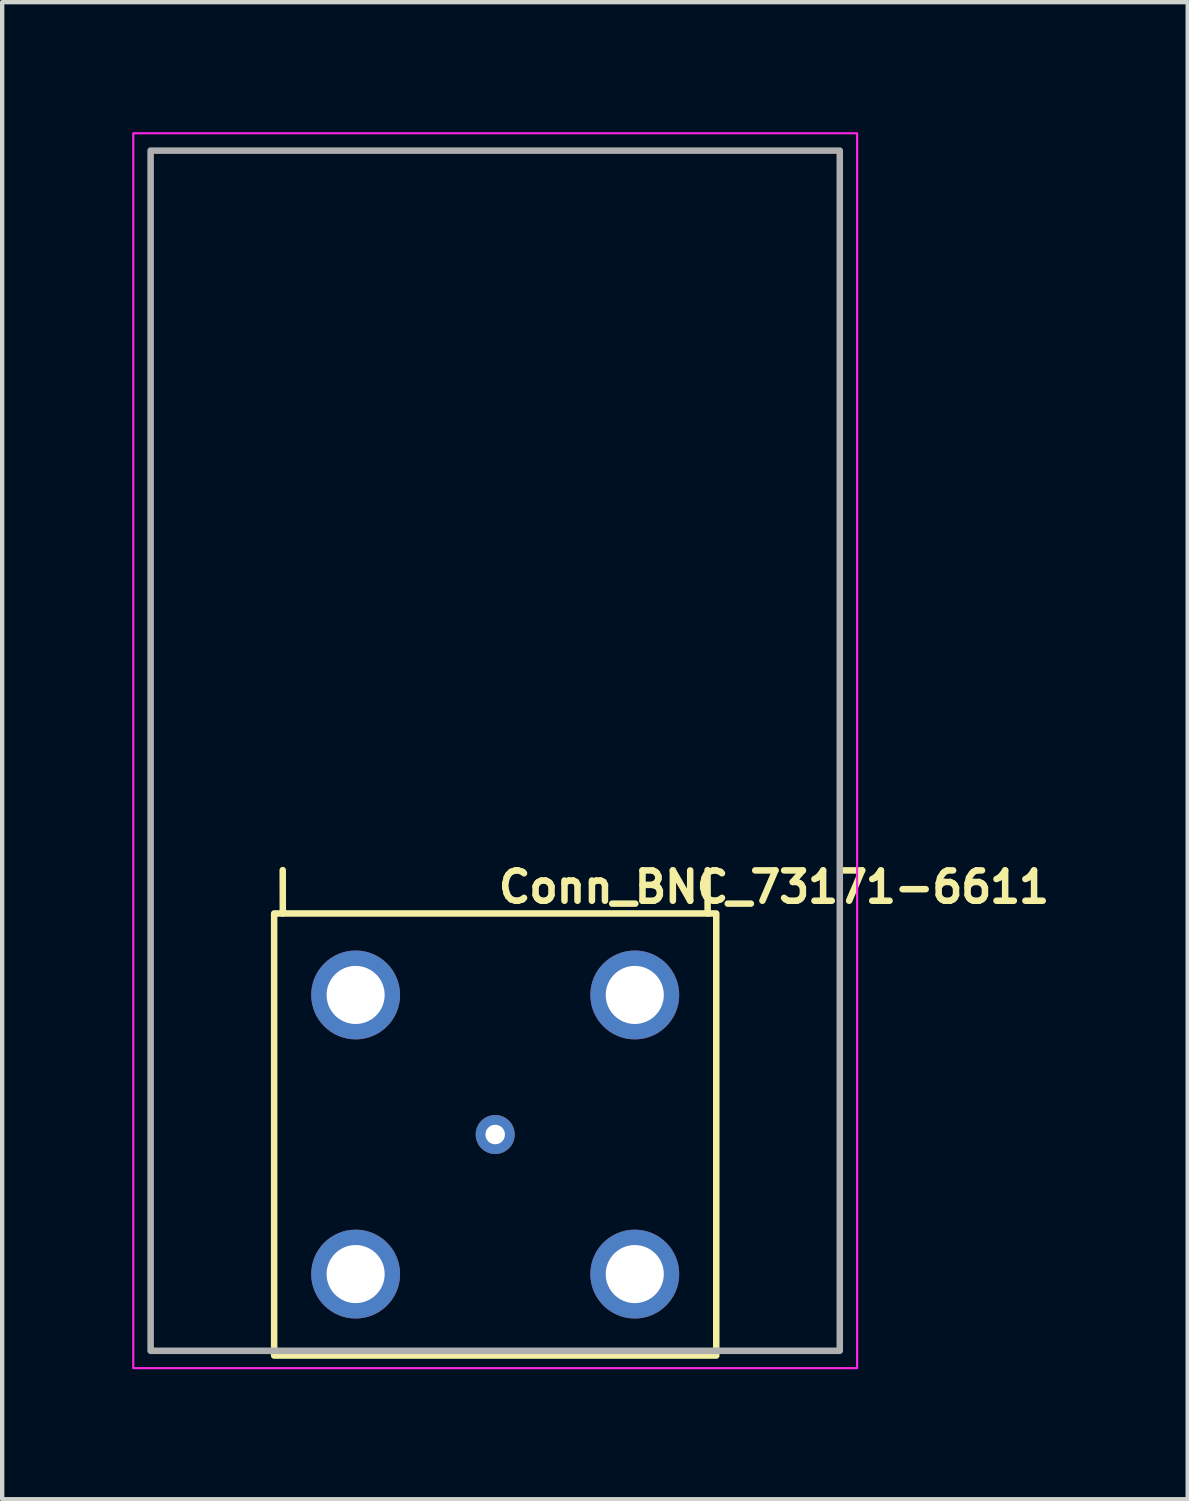
<source format=kicad_pcb>
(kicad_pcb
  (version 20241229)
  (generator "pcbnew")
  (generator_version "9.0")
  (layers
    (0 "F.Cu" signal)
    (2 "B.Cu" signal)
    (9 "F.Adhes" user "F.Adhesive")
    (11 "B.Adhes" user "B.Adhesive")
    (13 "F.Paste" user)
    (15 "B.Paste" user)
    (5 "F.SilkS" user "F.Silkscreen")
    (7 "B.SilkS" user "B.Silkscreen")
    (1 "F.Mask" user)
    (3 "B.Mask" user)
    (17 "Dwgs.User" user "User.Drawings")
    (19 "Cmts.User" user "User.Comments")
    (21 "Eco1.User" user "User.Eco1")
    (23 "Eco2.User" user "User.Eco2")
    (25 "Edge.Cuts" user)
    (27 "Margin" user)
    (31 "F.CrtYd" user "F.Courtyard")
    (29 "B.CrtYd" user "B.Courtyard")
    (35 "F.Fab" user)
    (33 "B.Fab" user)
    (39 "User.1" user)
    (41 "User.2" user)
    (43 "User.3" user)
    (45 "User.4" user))
  (footprint "Conn_BNC_73171-6611"
    (layer "F.Cu")
    (at 8.375 23.125)
    (property "Reference" "Conn_BNC_73171-6611" (at 0 -5.3 0) (unlocked yes) (layer "F.SilkS") (effects (font (size 0.7 0.7) (thickness 0.15)) (justify left bottom)))
    (attr through_hole)
    (fp_line (start -4.9 -5.1) (end -4.902 -6.1) (stroke (width 0.15) (type solid)) (layer "F.SilkS"))
    (fp_line (start 4.901 -5.1) (end 4.899 -6.1) (stroke (width 0.15) (type solid)) (layer "F.SilkS"))
    (fp_rect (start -5.1 -5.1) (end 5.1 5.1) (stroke (width 0.15) (type default)) (fill no) (layer "F.SilkS"))
    (fp_rect (start -8.35 -23.1) (end 8.35 5.39) (stroke (width 0.05) (type solid)) (fill no) (layer "F.CrtYd"))
    (fp_rect (start -7.95 -22.7) (end 7.95 4.99) (stroke (width 0.15) (type solid)) (fill no) (layer "F.Fab"))
    (fp_rect (start -7.95 -22.7) (end 7.95 4.99) (stroke (width 0.1) (type solid)) (fill no) (layer "User.5"))
    (fp_line (start -7.95 -9.354) (end -7.95 -8.854) (stroke (width 0.02) (type solid)) (layer "User.9"))
    (fp_line (start -7.95 -9.354) (end -7.9 -9.354) (stroke (width 0.02) (type solid)) (layer "User.9"))
    (fp_line (start -7.95 -8.854) (end -7.9 -8.854) (stroke (width 0.02) (type solid)) (layer "User.9"))
    (fp_line (start -7.9 -9.354) (end -7.751 -9.354) (stroke (width 0.02) (type solid)) (layer "User.9"))
    (fp_line (start -7.9 -8.854) (end -7.751 -8.854) (stroke (width 0.02) (type solid)) (layer "User.9"))
    (fp_line (start -7.751 -9.354) (end -7.504 -9.354) (stroke (width 0.02) (type solid)) (layer "User.9"))
    (fp_line (start -7.751 -8.854) (end -7.504 -8.854) (stroke (width 0.02) (type solid)) (layer "User.9"))
    (fp_line (start -7.504 -9.354) (end -7.163 -9.354) (stroke (width 0.02) (type solid)) (layer "User.9"))
    (fp_line (start -7.504 -8.854) (end -7.163 -8.854) (stroke (width 0.02) (type solid)) (layer "User.9"))
    (fp_line (start -7.163 -9.354) (end -6.731 -9.354) (stroke (width 0.02) (type solid)) (layer "User.9"))
    (fp_line (start -7.163 -8.854) (end -6.731 -8.854) (stroke (width 0.02) (type solid)) (layer "User.9"))
    (fp_line (start -7.112 -10.838) (end -7.112 -10.838) (stroke (width 0.02) (type solid)) (layer "User.9"))
    (fp_line (start -7.112 -10.838) (end -7.112 -9.354) (stroke (width 0.02) (type solid)) (layer "User.9"))
    (fp_line (start -7.112 -10.838) (end -7.111 -10.838) (stroke (width 0.02) (type solid)) (layer "User.9"))
    (fp_line (start -7.111 -10.838) (end -7.11 -10.838) (stroke (width 0.02) (type solid)) (layer "User.9"))
    (fp_line (start -7.11 -10.838) (end -7.108 -10.838) (stroke (width 0.02) (type solid)) (layer "User.9"))
    (fp_line (start -7.108 -10.838) (end -7.106 -10.838) (stroke (width 0.02) (type solid)) (layer "User.9"))
    (fp_line (start -7.106 -10.838) (end -7.103 -10.838) (stroke (width 0.02) (type solid)) (layer "User.9"))
    (fp_line (start -7.103 -10.838) (end -7.1 -10.838) (stroke (width 0.02) (type solid)) (layer "User.9"))
    (fp_line (start -7.1 -10.838) (end -7.097 -10.838) (stroke (width 0.02) (type solid)) (layer "User.9"))
    (fp_line (start -7.097 -10.838) (end -7.093 -10.838) (stroke (width 0.02) (type solid)) (layer "User.9"))
    (fp_line (start -7.093 -10.838) (end -7.088 -10.838) (stroke (width 0.02) (type solid)) (layer "User.9"))
    (fp_line (start -7.088 -10.838) (end -7.083 -10.838) (stroke (width 0.02) (type solid)) (layer "User.9"))
    (fp_line (start -7.083 -10.838) (end -7.078 -10.838) (stroke (width 0.02) (type solid)) (layer "User.9"))
    (fp_line (start -7.078 -10.838) (end -7.072 -10.838) (stroke (width 0.02) (type solid)) (layer "User.9"))
    (fp_line (start -7.072 -10.838) (end -7.065 -10.838) (stroke (width 0.02) (type solid)) (layer "User.9"))
    (fp_line (start -7.065 -11.854) (end -7.065 -10.838) (stroke (width 0.02) (type solid)) (layer "User.9"))
    (fp_line (start -7.065 -11.854) (end -6.943 -11.854) (stroke (width 0.02) (type solid)) (layer "User.9"))
    (fp_line (start -6.985 -7.33) (end -6.97 -7.33) (stroke (width 0.02) (type solid)) (layer "User.9"))
    (fp_line (start -6.985 -6.44) (end -6.985 -7.33) (stroke (width 0.02) (type solid)) (layer "User.9"))
    (fp_line (start -6.985 -6.44) (end -6.97 -6.44) (stroke (width 0.02) (type solid)) (layer "User.9"))
    (fp_line (start -6.97 -7.33) (end -6.926 -7.33) (stroke (width 0.02) (type solid)) (layer "User.9"))
    (fp_line (start -6.97 -6.44) (end -6.926 -6.44) (stroke (width 0.02) (type solid)) (layer "User.9"))
    (fp_line (start -6.967 -8.854) (end -6.487 -8.568) (stroke (width 0.02) (type solid)) (layer "User.9"))
    (fp_line (start -6.943 -11.854) (end -6.745 -11.854) (stroke (width 0.02) (type solid)) (layer "User.9"))
    (fp_line (start -6.926 -7.33) (end -6.853 -7.33) (stroke (width 0.02) (type solid)) (layer "User.9"))
    (fp_line (start -6.926 -6.44) (end -6.853 -6.44) (stroke (width 0.02) (type solid)) (layer "User.9"))
    (fp_line (start -6.853 -7.33) (end -6.751 -7.33) (stroke (width 0.02) (type solid)) (layer "User.9"))
    (fp_line (start -6.853 -6.44) (end -6.751 -6.44) (stroke (width 0.02) (type solid)) (layer "User.9"))
    (fp_line (start -6.751 -7.33) (end -6.62 -7.33) (stroke (width 0.02) (type solid)) (layer "User.9"))
    (fp_line (start -6.751 -6.44) (end -6.62 -6.44) (stroke (width 0.02) (type solid)) (layer "User.9"))
    (fp_line (start -6.745 -11.854) (end -6.475 -11.854) (stroke (width 0.02) (type solid)) (layer "User.9"))
    (fp_line (start -6.731 -9.354) (end -6.216 -9.354) (stroke (width 0.02) (type solid)) (layer "User.9"))
    (fp_line (start -6.731 -8.854) (end -6.216 -8.854) (stroke (width 0.02) (type solid)) (layer "User.9"))
    (fp_line (start -6.62 -7.33) (end -6.462 -7.33) (stroke (width 0.02) (type solid)) (layer "User.9"))
    (fp_line (start -6.62 -6.44) (end -6.462 -6.44) (stroke (width 0.02) (type solid)) (layer "User.9"))
    (fp_line (start -6.475 -11.854) (end -6.134 -11.854) (stroke (width 0.02) (type solid)) (layer "User.9"))
    (fp_line (start -6.462 -7.33) (end -6.276 -7.33) (stroke (width 0.02) (type solid)) (layer "User.9"))
    (fp_line (start -6.462 -6.44) (end -6.276 -6.44) (stroke (width 0.02) (type solid)) (layer "User.9"))
    (fp_line (start -6.423 -8.533) (end -6.487 -8.568) (stroke (width 0.02) (type solid)) (layer "User.9"))
    (fp_line (start -6.394 -8.521) (end -6.423 -8.533) (stroke (width 0.02) (type solid)) (layer "User.9"))
    (fp_line (start -6.367 -8.513) (end -6.394 -8.521) (stroke (width 0.02) (type solid)) (layer "User.9"))
    (fp_line (start -6.35 -8.509) (end -6.35 -7.33) (stroke (width 0.02) (type solid)) (layer "User.9"))
    (fp_line (start -6.342 -8.508) (end -6.367 -8.513) (stroke (width 0.02) (type solid)) (layer "User.9"))
    (fp_line (start -6.321 -8.51) (end -6.342 -8.508) (stroke (width 0.02) (type solid)) (layer "User.9"))
    (fp_line (start -6.313 -8.513) (end -6.321 -8.51) (stroke (width 0.02) (type solid)) (layer "User.9"))
    (fp_line (start -6.306 -8.518) (end -6.313 -8.513) (stroke (width 0.02) (type solid)) (layer "User.9"))
    (fp_line (start -6.301 -8.523) (end -6.306 -8.518) (stroke (width 0.02) (type solid)) (layer "User.9"))
    (fp_line (start -6.298 -8.531) (end -6.301 -8.523) (stroke (width 0.02) (type solid)) (layer "User.9"))
    (fp_line (start -6.298 -8.531) (end -6.274 -8.611) (stroke (width 0.02) (type solid)) (layer "User.9"))
    (fp_line (start -6.276 -7.33) (end -6.064 -7.33) (stroke (width 0.02) (type solid)) (layer "User.9"))
    (fp_line (start -6.276 -6.44) (end -6.064 -6.44) (stroke (width 0.02) (type solid)) (layer "User.9"))
    (fp_line (start -6.274 -8.611) (end -6.245 -8.692) (stroke (width 0.02) (type solid)) (layer "User.9"))
    (fp_line (start -6.245 -8.692) (end -6.209 -8.773) (stroke (width 0.02) (type solid)) (layer "User.9"))
    (fp_line (start -6.22 -8.75) (end -6.189 -8.75) (stroke (width 0.02) (type solid)) (layer "User.9"))
    (fp_line (start -6.216 -9.354) (end -5.621 -9.354) (stroke (width 0.02) (type solid)) (layer "User.9"))
    (fp_line (start -6.216 -8.854) (end -5.621 -8.854) (stroke (width 0.02) (type solid)) (layer "User.9"))
    (fp_line (start -6.209 -8.773) (end -6.168 -8.854) (stroke (width 0.02) (type solid)) (layer "User.9"))
    (fp_line (start -6.189 -8.75) (end -6.156 -8.75) (stroke (width 0.02) (type solid)) (layer "User.9"))
    (fp_line (start -6.156 -8.75) (end -6.119 -8.75) (stroke (width 0.02) (type solid)) (layer "User.9"))
    (fp_line (start -6.134 -11.854) (end -5.727 -11.854) (stroke (width 0.02) (type solid)) (layer "User.9"))
    (fp_line (start -6.119 -8.75) (end -6.08 -8.75) (stroke (width 0.02) (type solid)) (layer "User.9"))
    (fp_line (start -6.08 -8.75) (end -6.037 -8.75) (stroke (width 0.02) (type solid)) (layer "User.9"))
    (fp_line (start -6.064 -7.33) (end -5.826 -7.33) (stroke (width 0.02) (type solid)) (layer "User.9"))
    (fp_line (start -6.064 -6.44) (end -5.826 -6.44) (stroke (width 0.02) (type solid)) (layer "User.9"))
    (fp_line (start -6.037 -8.75) (end -5.991 -8.75) (stroke (width 0.02) (type solid)) (layer "User.9"))
    (fp_line (start -5.991 -8.75) (end -5.942 -8.75) (stroke (width 0.02) (type solid)) (layer "User.9"))
    (fp_line (start -5.942 -8.75) (end -5.891 -8.75) (stroke (width 0.02) (type solid)) (layer "User.9"))
    (fp_line (start -5.891 -8.75) (end -5.836 -8.75) (stroke (width 0.02) (type solid)) (layer "User.9"))
    (fp_line (start -5.858 -8.854) (end -5.677 -8.844) (stroke (width 0.02) (type solid)) (layer "User.9"))
    (fp_line (start -5.836 -8.75) (end -5.778 -8.75) (stroke (width 0.02) (type solid)) (layer "User.9"))
    (fp_line (start -5.826 -7.33) (end -5.564 -7.33) (stroke (width 0.02) (type solid)) (layer "User.9"))
    (fp_line (start -5.826 -6.44) (end -5.564 -6.44) (stroke (width 0.02) (type solid)) (layer "User.9"))
    (fp_line (start -5.795 -11.98) (end -5.921 -11.854) (stroke (width 0.02) (type solid)) (layer "User.9"))
    (fp_line (start -5.778 -8.75) (end -5.718 -8.75) (stroke (width 0.02) (type solid)) (layer "User.9"))
    (fp_line (start -5.772 -11.98) (end -5.795 -11.98) (stroke (width 0.02) (type solid)) (layer "User.9"))
    (fp_line (start -5.727 -11.854) (end -5.258 -11.854) (stroke (width 0.02) (type solid)) (layer "User.9"))
    (fp_line (start -5.718 -8.75) (end -5.654 -8.75) (stroke (width 0.02) (type solid)) (layer "User.9"))
    (fp_line (start -5.702 -11.98) (end -5.772 -11.98) (stroke (width 0.02) (type solid)) (layer "User.9"))
    (fp_line (start -5.695 -8.854) (end -5.21 -8.568) (stroke (width 0.02) (type solid)) (layer "User.9"))
    (fp_line (start -5.654 -8.75) (end -5.588 -8.75) (stroke (width 0.02) (type solid)) (layer "User.9"))
    (fp_line (start -5.621 -9.354) (end -4.957 -9.354) (stroke (width 0.02) (type solid)) (layer "User.9"))
    (fp_line (start -5.621 -8.854) (end -4.957 -8.854) (stroke (width 0.02) (type solid)) (layer "User.9"))
    (fp_line (start -5.588 -8.75) (end -5.519 -8.75) (stroke (width 0.02) (type solid)) (layer "User.9"))
    (fp_line (start -5.586 -11.98) (end -5.702 -11.98) (stroke (width 0.02) (type solid)) (layer "User.9"))
    (fp_line (start -5.564 -7.33) (end -5.278 -7.33) (stroke (width 0.02) (type solid)) (layer "User.9"))
    (fp_line (start -5.564 -6.44) (end -5.278 -6.44) (stroke (width 0.02) (type solid)) (layer "User.9"))
    (fp_line (start -5.426 -11.98) (end -5.586 -11.98) (stroke (width 0.02) (type solid)) (layer "User.9"))
    (fp_line (start -5.278 -7.33) (end -4.97 -7.33) (stroke (width 0.02) (type solid)) (layer "User.9"))
    (fp_line (start -5.278 -6.44) (end -4.97 -6.44) (stroke (width 0.02) (type solid)) (layer "User.9"))
    (fp_line (start -5.258 -11.854) (end -4.733 -11.854) (stroke (width 0.02) (type solid)) (layer "User.9"))
    (fp_line (start -5.222 -11.98) (end -5.426 -11.98) (stroke (width 0.02) (type solid)) (layer "User.9"))
    (fp_line (start -5.175 -8.549) (end -5.21 -8.568) (stroke (width 0.02) (type solid)) (layer "User.9"))
    (fp_line (start -5.141 -8.533) (end -5.175 -8.549) (stroke (width 0.02) (type solid)) (layer "User.9"))
    (fp_line (start -5.106 -8.521) (end -5.141 -8.533) (stroke (width 0.02) (type solid)) (layer "User.9"))
    (fp_line (start -5.072 -8.513) (end -5.106 -8.521) (stroke (width 0.02) (type solid)) (layer "User.9"))
    (fp_line (start -5.035 -8.508) (end -5.072 -8.513) (stroke (width 0.02) (type solid)) (layer "User.9"))
    (fp_line (start -5.002 -8.51) (end -5.035 -8.508) (stroke (width 0.02) (type solid)) (layer "User.9"))
    (fp_line (start -5 -5.006) (end 0 -5.006) (stroke (width 0.02) (type solid)) (layer "User.9"))
    (fp_line (start -5 4.99) (end -5 -5.006) (stroke (width 0.02) (type solid)) (layer "User.9"))
    (fp_line (start -4.976 -11.98) (end -5.222 -11.98) (stroke (width 0.02) (type solid)) (layer "User.9"))
    (fp_line (start -4.973 -8.518) (end -5.002 -8.51) (stroke (width 0.02) (type solid)) (layer "User.9"))
    (fp_line (start -4.97 -7.33) (end -4.641 -7.33) (stroke (width 0.02) (type solid)) (layer "User.9"))
    (fp_line (start -4.97 -6.44) (end -4.641 -6.44) (stroke (width 0.02) (type solid)) (layer "User.9"))
    (fp_line (start -4.957 -9.354) (end -4.23 -9.354) (stroke (width 0.02) (type solid)) (layer "User.9"))
    (fp_line (start -4.957 -8.854) (end -4.23 -8.854) (stroke (width 0.02) (type solid)) (layer "User.9"))
    (fp_line (start -4.949 -8.531) (end -4.973 -8.518) (stroke (width 0.02) (type solid)) (layer "User.9"))
    (fp_line (start -4.949 -8.531) (end -4.84 -8.611) (stroke (width 0.02) (type solid)) (layer "User.9"))
    (fp_line (start -4.84 -8.611) (end -4.727 -8.692) (stroke (width 0.02) (type solid)) (layer "User.9"))
    (fp_line (start -4.826 -19.61) (end -4.826 -22.7) (stroke (width 0.02) (type solid)) (layer "User.9"))
    (fp_line (start -4.826 -17.31) (end -4.807 -17.31) (stroke (width 0.02) (type solid)) (layer "User.9"))
    (fp_line (start -4.826 -17.31) (end -4.805 -17.453) (stroke (width 0.02) (type solid)) (layer "User.9"))
    (fp_line (start -4.826 -11.98) (end -4.826 -17.31) (stroke (width 0.02) (type solid)) (layer "User.9"))
    (fp_line (start -4.826 -6.44) (end -4.826 -5.006) (stroke (width 0.02) (type solid)) (layer "User.9"))
    (fp_line (start -4.807 -19.61) (end -4.826 -19.61) (stroke (width 0.02) (type solid)) (layer "User.9"))
    (fp_line (start -4.807 -17.31) (end -4.752 -17.31) (stroke (width 0.02) (type solid)) (layer "User.9"))
    (fp_line (start -4.805 -19.467) (end -4.826 -19.61) (stroke (width 0.02) (type solid)) (layer "User.9"))
    (fp_line (start -4.805 -17.453) (end -4.787 -17.596) (stroke (width 0.02) (type solid)) (layer "User.9"))
    (fp_line (start -4.787 -19.324) (end -4.805 -19.467) (stroke (width 0.02) (type solid)) (layer "User.9"))
    (fp_line (start -4.787 -17.596) (end -4.772 -17.74) (stroke (width 0.02) (type solid)) (layer "User.9"))
    (fp_line (start -4.772 -19.18) (end -4.787 -19.324) (stroke (width 0.02) (type solid)) (layer "User.9"))
    (fp_line (start -4.772 -17.74) (end -4.76 -17.883) (stroke (width 0.02) (type solid)) (layer "User.9"))
    (fp_line (start -4.76 -19.037) (end -4.772 -19.18) (stroke (width 0.02) (type solid)) (layer "User.9"))
    (fp_line (start -4.76 -17.883) (end -4.75 -18.027) (stroke (width 0.02) (type solid)) (layer "User.9"))
    (fp_line (start -4.752 -19.61) (end -4.807 -19.61) (stroke (width 0.02) (type solid)) (layer "User.9"))
    (fp_line (start -4.752 -17.31) (end -4.66 -17.31) (stroke (width 0.02) (type solid)) (layer "User.9"))
    (fp_line (start -4.75 -18.893) (end -4.76 -19.037) (stroke (width 0.02) (type solid)) (layer "User.9"))
    (fp_line (start -4.75 -18.027) (end -4.743 -18.171) (stroke (width 0.02) (type solid)) (layer "User.9"))
    (fp_line (start -4.743 -18.749) (end -4.75 -18.893) (stroke (width 0.02) (type solid)) (layer "User.9"))
    (fp_line (start -4.743 -18.171) (end -4.739 -18.316) (stroke (width 0.02) (type solid)) (layer "User.9"))
    (fp_line (start -4.739 -18.604) (end -4.743 -18.749) (stroke (width 0.02) (type solid)) (layer "User.9"))
    (fp_line (start -4.739 -18.316) (end -4.737 -18.46) (stroke (width 0.02) (type solid)) (layer "User.9"))
    (fp_line (start -4.737 -18.46) (end -4.739 -18.604) (stroke (width 0.02) (type solid)) (layer "User.9"))
    (fp_line (start -4.733 -11.854) (end -4.156 -11.854) (stroke (width 0.02) (type solid)) (layer "User.9"))
    (fp_line (start -4.727 -8.692) (end -4.609 -8.773) (stroke (width 0.02) (type solid)) (layer "User.9"))
    (fp_line (start -4.705 -22.7) (end -4.826 -22.7) (stroke (width 0.02) (type solid)) (layer "User.9"))
    (fp_line (start -4.69 -11.98) (end -4.976 -11.98) (stroke (width 0.02) (type solid)) (layer "User.9"))
    (fp_line (start -4.66 -19.61) (end -4.752 -19.61) (stroke (width 0.02) (type solid)) (layer "User.9"))
    (fp_line (start -4.66 -17.31) (end -4.532 -17.31) (stroke (width 0.02) (type solid)) (layer "User.9"))
    (fp_line (start -4.643 -8.75) (end -4.549 -8.75) (stroke (width 0.02) (type solid)) (layer "User.9"))
    (fp_line (start -4.641 -7.33) (end -4.293 -7.33) (stroke (width 0.02) (type solid)) (layer "User.9"))
    (fp_line (start -4.641 -6.44) (end -4.293 -6.44) (stroke (width 0.02) (type solid)) (layer "User.9"))
    (fp_line (start -4.609 -8.773) (end -4.487 -8.854) (stroke (width 0.02) (type solid)) (layer "User.9"))
    (fp_line (start -4.571 -8.798) (end -3.845 -8.776) (stroke (width 0.02) (type solid)) (layer "User.9"))
    (fp_line (start -4.549 -8.75) (end -4.453 -8.75) (stroke (width 0.02) (type solid)) (layer "User.9"))
    (fp_line (start -4.532 -19.61) (end -4.66 -19.61) (stroke (width 0.02) (type solid)) (layer "User.9"))
    (fp_line (start -4.532 -17.31) (end -4.369 -17.31) (stroke (width 0.02) (type solid)) (layer "User.9"))
    (fp_line (start -4.453 -8.75) (end -4.355 -8.75) (stroke (width 0.02) (type solid)) (layer "User.9"))
    (fp_line (start -4.369 -19.61) (end -4.532 -19.61) (stroke (width 0.02) (type solid)) (layer "User.9"))
    (fp_line (start -4.369 -17.31) (end -4.173 -17.31) (stroke (width 0.02) (type solid)) (layer "User.9"))
    (fp_line (start -4.366 -11.98) (end -4.69 -11.98) (stroke (width 0.02) (type solid)) (layer "User.9"))
    (fp_line (start -4.355 -8.75) (end -4.255 -8.75) (stroke (width 0.02) (type solid)) (layer "User.9"))
    (fp_line (start -4.348 -22.7) (end -4.705 -22.7) (stroke (width 0.02) (type solid)) (layer "User.9"))
    (fp_line (start -4.293 -6.44) (end -4.293 -7.33) (stroke (width 0.02) (type solid)) (layer "User.9"))
    (fp_line (start -4.293 -6.44) (end 4.293 -6.44) (stroke (width 0.02) (type solid)) (layer "User.9"))
    (fp_line (start -4.255 -8.75) (end -4.153 -8.75) (stroke (width 0.02) (type solid)) (layer "User.9"))
    (fp_line (start -4.23 -9.354) (end -3.449 -9.354) (stroke (width 0.02) (type solid)) (layer "User.9"))
    (fp_line (start -4.23 -8.854) (end -3.449 -8.854) (stroke (width 0.02) (type solid)) (layer "User.9"))
    (fp_line (start -4.173 -19.61) (end -4.369 -19.61) (stroke (width 0.02) (type solid)) (layer "User.9"))
    (fp_line (start -4.173 -17.31) (end -3.945 -17.31) (stroke (width 0.02) (type solid)) (layer "User.9"))
    (fp_line (start -4.156 -11.854) (end -3.534 -11.854) (stroke (width 0.02) (type solid)) (layer "User.9"))
    (fp_line (start -4.153 -8.75) (end -4.049 -8.75) (stroke (width 0.02) (type solid)) (layer "User.9"))
    (fp_line (start -4.049 -8.75) (end -3.944 -8.75) (stroke (width 0.02) (type solid)) (layer "User.9"))
    (fp_line (start -4.007 -11.98) (end -4.366 -11.98) (stroke (width 0.02) (type solid)) (layer "User.9"))
    (fp_line (start -3.945 -19.61) (end -4.173 -19.61) (stroke (width 0.02) (type solid)) (layer "User.9"))
    (fp_line (start -3.945 -17.31) (end -3.686 -17.31) (stroke (width 0.02) (type solid)) (layer "User.9"))
    (fp_line (start -3.944 -8.75) (end -3.836 -8.75) (stroke (width 0.02) (type solid)) (layer "User.9"))
    (fp_line (start -3.845 -8.776) (end -3.034 -8.754) (stroke (width 0.02) (type solid)) (layer "User.9"))
    (fp_line (start -3.836 -8.75) (end -3.727 -8.75) (stroke (width 0.02) (type solid)) (layer "User.9"))
    (fp_line (start -3.773 -22.7) (end -4.348 -22.7) (stroke (width 0.02) (type solid)) (layer "User.9"))
    (fp_line (start -3.727 -8.75) (end -3.616 -8.75) (stroke (width 0.02) (type solid)) (layer "User.9"))
    (fp_line (start -3.686 -19.61) (end -3.945 -19.61) (stroke (width 0.02) (type solid)) (layer "User.9"))
    (fp_line (start -3.686 -17.31) (end -3.399 -17.31) (stroke (width 0.02) (type solid)) (layer "User.9"))
    (fp_line (start -3.616 -11.98) (end -4.007 -11.98) (stroke (width 0.02) (type solid)) (layer "User.9"))
    (fp_line (start -3.616 -8.75) (end -3.504 -8.75) (stroke (width 0.02) (type solid)) (layer "User.9"))
    (fp_line (start -3.534 -11.854) (end -2.874 -11.854) (stroke (width 0.02) (type solid)) (layer "User.9"))
    (fp_line (start -3.504 -8.75) (end -3.389 -8.75) (stroke (width 0.02) (type solid)) (layer "User.9"))
    (fp_line (start -3.449 -9.354) (end -2.626 -9.354) (stroke (width 0.02) (type solid)) (layer "User.9"))
    (fp_line (start -3.449 -8.854) (end -2.626 -8.854) (stroke (width 0.02) (type solid)) (layer "User.9"))
    (fp_line (start -3.399 -19.61) (end -3.686 -19.61) (stroke (width 0.02) (type solid)) (layer "User.9"))
    (fp_line (start -3.399 -17.31) (end -3.086 -17.31) (stroke (width 0.02) (type solid)) (layer "User.9"))
    (fp_line (start -3.389 -8.75) (end -3.274 -8.75) (stroke (width 0.02) (type solid)) (layer "User.9"))
    (fp_line (start -3.274 -8.75) (end -3.156 -8.75) (stroke (width 0.02) (type solid)) (layer "User.9"))
    (fp_line (start -3.195 -11.98) (end -3.616 -11.98) (stroke (width 0.02) (type solid)) (layer "User.9"))
    (fp_line (start -3.156 -8.75) (end -3.156 -7.33) (stroke (width 0.02) (type solid)) (layer "User.9"))
    (fp_line (start -3.156 -8.75) (end -3.034 -8.75) (stroke (width 0.02) (type solid)) (layer "User.9"))
    (fp_line (start -3.156 -7.33) (end -4.293 -7.33) (stroke (width 0.02) (type solid)) (layer "User.9"))
    (fp_line (start -3.086 -19.61) (end -3.399 -19.61) (stroke (width 0.02) (type solid)) (layer "User.9"))
    (fp_line (start -3.086 -17.31) (end -2.749 -17.31) (stroke (width 0.02) (type solid)) (layer "User.9"))
    (fp_line (start -3.034 -8.75) (end -3.034 -8.754) (stroke (width 0.02) (type solid)) (layer "User.9"))
    (fp_line (start -3.009 -22.7) (end -3.773 -22.7) (stroke (width 0.02) (type solid)) (layer "User.9"))
    (fp_line (start -2.896 -8.854) (end -2.537 -8.568) (stroke (width 0.02) (type solid)) (layer "User.9"))
    (fp_line (start -2.874 -11.854) (end -2.183 -11.854) (stroke (width 0.02) (type solid)) (layer "User.9"))
    (fp_line (start -2.833 -8.804) (end -3.034 -8.754) (stroke (width 0.02) (type solid)) (layer "User.9"))
    (fp_line (start -2.749 -19.61) (end -3.086 -19.61) (stroke (width 0.02) (type solid)) (layer "User.9"))
    (fp_line (start -2.749 -17.31) (end -2.391 -17.31) (stroke (width 0.02) (type solid)) (layer "User.9"))
    (fp_line (start -2.749 -11.98) (end -3.195 -11.98) (stroke (width 0.02) (type solid)) (layer "User.9"))
    (fp_line (start -2.626 -9.354) (end -1.769 -9.354) (stroke (width 0.02) (type solid)) (layer "User.9"))
    (fp_line (start -2.626 -8.854) (end -1.769 -8.854) (stroke (width 0.02) (type solid)) (layer "User.9"))
    (fp_line (start -2.51 -8.549) (end -2.537 -8.568) (stroke (width 0.02) (type solid)) (layer "User.9"))
    (fp_line (start -2.481 -8.533) (end -2.51 -8.549) (stroke (width 0.02) (type solid)) (layer "User.9"))
    (fp_line (start -2.45 -8.521) (end -2.481 -8.533) (stroke (width 0.02) (type solid)) (layer "User.9"))
    (fp_line (start -2.417 -8.513) (end -2.45 -8.521) (stroke (width 0.02) (type solid)) (layer "User.9"))
    (fp_line (start -2.391 -19.61) (end -2.749 -19.61) (stroke (width 0.02) (type solid)) (layer "User.9"))
    (fp_line (start -2.391 -17.31) (end -2.015 -17.31) (stroke (width 0.02) (type solid)) (layer "User.9"))
    (fp_line (start -2.38 -8.508) (end -2.417 -8.513) (stroke (width 0.02) (type solid)) (layer "User.9"))
    (fp_line (start -2.343 -8.51) (end -2.38 -8.508) (stroke (width 0.02) (type solid)) (layer "User.9"))
    (fp_line (start -2.306 -8.518) (end -2.343 -8.51) (stroke (width 0.02) (type solid)) (layer "User.9"))
    (fp_line (start -2.281 -11.98) (end -2.749 -11.98) (stroke (width 0.02) (type solid)) (layer "User.9"))
    (fp_line (start -2.273 -8.531) (end -2.306 -8.518) (stroke (width 0.02) (type solid)) (layer "User.9"))
    (fp_line (start -2.273 -8.531) (end -1.942 -8.692) (stroke (width 0.02) (type solid)) (layer "User.9"))
    (fp_line (start -2.183 -11.854) (end -1.469 -11.854) (stroke (width 0.02) (type solid)) (layer "User.9"))
    (fp_line (start -2.168 -11.854) (end -2.111 -11.874) (stroke (width 0.02) (type solid)) (layer "User.9"))
    (fp_line (start -2.111 -11.874) (end -1.954 -11.929) (stroke (width 0.02) (type solid)) (layer "User.9"))
    (fp_line (start -2.094 -22.7) (end -3.009 -22.7) (stroke (width 0.02) (type solid)) (layer "User.9"))
    (fp_line (start -2.015 -19.61) (end -2.391 -19.61) (stroke (width 0.02) (type solid)) (layer "User.9"))
    (fp_line (start -2.015 -17.31) (end -1.623 -17.31) (stroke (width 0.02) (type solid)) (layer "User.9"))
    (fp_line (start -1.954 -11.929) (end -1.795 -11.98) (stroke (width 0.02) (type solid)) (layer "User.9"))
    (fp_line (start -1.942 -8.692) (end -1.604 -8.854) (stroke (width 0.02) (type solid)) (layer "User.9"))
    (fp_line (start -1.795 -11.98) (end -2.281 -11.98) (stroke (width 0.02) (type solid)) (layer "User.9"))
    (fp_line (start -1.769 -9.354) (end -0.89 -9.354) (stroke (width 0.02) (type solid)) (layer "User.9"))
    (fp_line (start -1.769 -8.854) (end -0.89 -8.854) (stroke (width 0.02) (type solid)) (layer "User.9"))
    (fp_line (start -1.623 -20.194) (end -1.524 -20.282) (stroke (width 0.02) (type solid)) (layer "User.9"))
    (fp_line (start -1.623 -19.61) (end -2.015 -19.61) (stroke (width 0.02) (type solid)) (layer "User.9"))
    (fp_line (start -1.623 -19.61) (end -1.623 -20.194) (stroke (width 0.02) (type solid)) (layer "User.9"))
    (fp_line (start -1.623 -17.31) (end -1.555 -17.464) (stroke (width 0.02) (type solid)) (layer "User.9"))
    (fp_line (start -1.623 -16.726) (end -1.623 -17.31) (stroke (width 0.02) (type solid)) (layer "User.9"))
    (fp_line (start -1.556 -19.456) (end -1.623 -19.61) (stroke (width 0.02) (type solid)) (layer "User.9"))
    (fp_line (start -1.555 -17.464) (end -1.497 -17.615) (stroke (width 0.02) (type solid)) (layer "User.9"))
    (fp_line (start -1.541 -16.653) (end -1.623 -16.726) (stroke (width 0.02) (type solid)) (layer "User.9"))
    (fp_line (start -1.524 -20.282) (end -1.426 -20.36) (stroke (width 0.02) (type solid)) (layer "User.9"))
    (fp_line (start -1.52 -20.285) (end -1.623 -20.194) (stroke (width 0.02) (type solid)) (layer "User.9"))
    (fp_line (start -1.497 -19.306) (end -1.556 -19.456) (stroke (width 0.02) (type solid)) (layer "User.9"))
    (fp_line (start -1.497 -17.615) (end -1.448 -17.763) (stroke (width 0.02) (type solid)) (layer "User.9"))
    (fp_line (start -1.469 -11.854) (end -0.738 -11.854) (stroke (width 0.02) (type solid)) (layer "User.9"))
    (fp_line (start -1.455 -16.583) (end -1.541 -16.653) (stroke (width 0.02) (type solid)) (layer "User.9"))
    (fp_line (start -1.448 -19.158) (end -1.497 -19.306) (stroke (width 0.02) (type solid)) (layer "User.9"))
    (fp_line (start -1.448 -17.763) (end -1.408 -17.909) (stroke (width 0.02) (type solid)) (layer "User.9"))
    (fp_line (start -1.426 -20.36) (end -1.328 -20.429) (stroke (width 0.02) (type solid)) (layer "User.9"))
    (fp_line (start -1.412 -20.37) (end -1.52 -20.285) (stroke (width 0.02) (type solid)) (layer "User.9"))
    (fp_line (start -1.408 -19.013) (end -1.448 -19.158) (stroke (width 0.02) (type solid)) (layer "User.9"))
    (fp_line (start -1.408 -17.909) (end -1.391 -17.98) (stroke (width 0.02) (type solid)) (layer "User.9"))
    (fp_line (start -1.391 -18.941) (end -1.408 -19.013) (stroke (width 0.02) (type solid)) (layer "User.9"))
    (fp_line (start -1.391 -17.98) (end -1.376 -18.051) (stroke (width 0.02) (type solid)) (layer "User.9"))
    (fp_line (start -1.377 -18.871) (end -1.391 -18.941) (stroke (width 0.02) (type solid)) (layer "User.9"))
    (fp_line (start -1.376 -18.051) (end -1.364 -18.122) (stroke (width 0.02) (type solid)) (layer "User.9"))
    (fp_line (start -1.366 -16.517) (end -1.455 -16.583) (stroke (width 0.02) (type solid)) (layer "User.9"))
    (fp_line (start -1.364 -18.801) (end -1.377 -18.871) (stroke (width 0.02) (type solid)) (layer "User.9"))
    (fp_line (start -1.364 -18.122) (end -1.354 -18.191) (stroke (width 0.02) (type solid)) (layer "User.9"))
    (fp_line (start -1.354 -18.731) (end -1.364 -18.801) (stroke (width 0.02) (type solid)) (layer "User.9"))
    (fp_line (start -1.354 -18.191) (end -1.346 -18.26) (stroke (width 0.02) (type solid)) (layer "User.9"))
    (fp_line (start -1.346 -18.663) (end -1.354 -18.731) (stroke (width 0.02) (type solid)) (layer "User.9"))
    (fp_line (start -1.346 -18.26) (end -1.34 -18.328) (stroke (width 0.02) (type solid)) (layer "User.9"))
    (fp_line (start -1.341 -18.595) (end -1.346 -18.663) (stroke (width 0.02) (type solid)) (layer "User.9"))
    (fp_line (start -1.34 -18.328) (end -1.337 -18.395) (stroke (width 0.02) (type solid)) (layer "User.9"))
    (fp_line (start -1.337 -18.528) (end -1.341 -18.595) (stroke (width 0.02) (type solid)) (layer "User.9"))
    (fp_line (start -1.337 -18.395) (end -1.336 -18.462) (stroke (width 0.02) (type solid)) (layer "User.9"))
    (fp_line (start -1.336 -18.462) (end -1.337 -18.528) (stroke (width 0.02) (type solid)) (layer "User.9"))
    (fp_line (start -1.328 -20.429) (end -1.233 -20.49) (stroke (width 0.02) (type solid)) (layer "User.9"))
    (fp_line (start -1.299 -20.448) (end -1.412 -20.37) (stroke (width 0.02) (type solid)) (layer "User.9"))
    (fp_line (start -1.274 -16.456) (end -1.366 -16.517) (stroke (width 0.02) (type solid)) (layer "User.9"))
    (fp_line (start -1.233 -20.49) (end -1.14 -20.544) (stroke (width 0.02) (type solid)) (layer "User.9"))
    (fp_line (start -1.182 -20.52) (end -1.299 -20.448) (stroke (width 0.02) (type solid)) (layer "User.9"))
    (fp_line (start -1.179 -16.398) (end -1.274 -16.456) (stroke (width 0.02) (type solid)) (layer "User.9"))
    (fp_line (start -1.14 -20.544) (end -1.05 -20.59) (stroke (width 0.02) (type solid)) (layer "User.9"))
    (fp_line (start -1.081 -16.345) (end -1.179 -16.398) (stroke (width 0.02) (type solid)) (layer "User.9"))
    (fp_line (start -1.074 -22.7) (end -2.094 -22.7) (stroke (width 0.02) (type solid)) (layer "User.9"))
    (fp_line (start -1.061 -20.585) (end -1.182 -20.52) (stroke (width 0.02) (type solid)) (layer "User.9"))
    (fp_line (start -1.05 -20.59) (end -0.964 -20.631) (stroke (width 0.02) (type solid)) (layer "User.9"))
    (fp_line (start -0.99 -18.461) (end -0.989 -18.414) (stroke (width 0.02) (type solid)) (layer "User.9"))
    (fp_line (start -0.99 -18.46) (end -0.986 -18.549) (stroke (width 0.02) (type solid)) (layer "User.9"))
    (fp_line (start -0.989 -18.507) (end -0.99 -18.461) (stroke (width 0.02) (type solid)) (layer "User.9"))
    (fp_line (start -0.989 -18.414) (end -0.986 -18.367) (stroke (width 0.02) (type solid)) (layer "User.9"))
    (fp_line (start -0.986 -18.553) (end -0.989 -18.507) (stroke (width 0.02) (type solid)) (layer "User.9"))
    (fp_line (start -0.986 -18.549) (end -0.974 -18.637) (stroke (width 0.02) (type solid)) (layer "User.9"))
    (fp_line (start -0.986 -18.371) (end -0.99 -18.46) (stroke (width 0.02) (type solid)) (layer "User.9"))
    (fp_line (start -0.986 -18.367) (end -0.98 -18.32) (stroke (width 0.02) (type solid)) (layer "User.9"))
    (fp_line (start -0.981 -16.297) (end -1.081 -16.345) (stroke (width 0.02) (type solid)) (layer "User.9"))
    (fp_line (start -0.981 -16.297) (end -0.865 -16.248) (stroke (width 0.02) (type solid)) (layer "User.9"))
    (fp_line (start -0.98 -18.6) (end -0.986 -18.553) (stroke (width 0.02) (type solid)) (layer "User.9"))
    (fp_line (start -0.98 -18.32) (end -0.972 -18.272) (stroke (width 0.02) (type solid)) (layer "User.9"))
    (fp_line (start -0.974 -18.637) (end -0.954 -18.723) (stroke (width 0.02) (type solid)) (layer "User.9"))
    (fp_line (start -0.974 -18.283) (end -0.986 -18.371) (stroke (width 0.02) (type solid)) (layer "User.9"))
    (fp_line (start -0.972 -18.648) (end -0.98 -18.6) (stroke (width 0.02) (type solid)) (layer "User.9"))
    (fp_line (start -0.972 -18.272) (end -0.962 -18.225) (stroke (width 0.02) (type solid)) (layer "User.9"))
    (fp_line (start -0.964 -20.631) (end -0.882 -20.665) (stroke (width 0.02) (type solid)) (layer "User.9"))
    (fp_line (start -0.962 -18.225) (end -0.949 -18.177) (stroke (width 0.02) (type solid)) (layer "User.9"))
    (fp_line (start -0.961 -18.696) (end -0.972 -18.648) (stroke (width 0.02) (type solid)) (layer "User.9"))
    (fp_line (start -0.954 -18.723) (end -0.927 -18.808) (stroke (width 0.02) (type solid)) (layer "User.9"))
    (fp_line (start -0.954 -18.197) (end -0.974 -18.283) (stroke (width 0.02) (type solid)) (layer "User.9"))
    (fp_line (start -0.949 -18.177) (end -0.933 -18.129) (stroke (width 0.02) (type solid)) (layer "User.9"))
    (fp_line (start -0.948 -18.744) (end -0.961 -18.696) (stroke (width 0.02) (type solid)) (layer "User.9"))
    (fp_line (start -0.936 -20.643) (end -1.061 -20.585) (stroke (width 0.02) (type solid)) (layer "User.9"))
    (fp_line (start -0.933 -18.792) (end -0.948 -18.744) (stroke (width 0.02) (type solid)) (layer "User.9"))
    (fp_line (start -0.933 -18.129) (end -0.915 -18.081) (stroke (width 0.02) (type solid)) (layer "User.9"))
    (fp_line (start -0.927 -18.808) (end -0.892 -18.89) (stroke (width 0.02) (type solid)) (layer "User.9"))
    (fp_line (start -0.927 -18.112) (end -0.954 -18.197) (stroke (width 0.02) (type solid)) (layer "User.9"))
    (fp_line (start -0.915 -18.081) (end -0.884 -18.015) (stroke (width 0.02) (type solid)) (layer "User.9"))
    (fp_line (start -0.914 -18.84) (end -0.933 -18.792) (stroke (width 0.02) (type solid)) (layer "User.9"))
    (fp_line (start -0.892 -18.89) (end -0.85 -18.968) (stroke (width 0.02) (type solid)) (layer "User.9"))
    (fp_line (start -0.892 -18.03) (end -0.927 -18.112) (stroke (width 0.02) (type solid)) (layer "User.9"))
    (fp_line (start -0.89 -9.354) (end 0 -9.354) (stroke (width 0.02) (type solid)) (layer "User.9"))
    (fp_line (start -0.89 -8.854) (end 0 -8.854) (stroke (width 0.02) (type solid)) (layer "User.9"))
    (fp_line (start -0.884 -18.906) (end -0.914 -18.84) (stroke (width 0.02) (type solid)) (layer "User.9"))
    (fp_line (start -0.884 -18.015) (end -0.864 -17.977) (stroke (width 0.02) (type solid)) (layer "User.9"))
    (fp_line (start -0.882 -20.665) (end -0.772 -20.706) (stroke (width 0.02) (type solid)) (layer "User.9"))
    (fp_line (start -0.879 -16.253) (end -0.981 -16.297) (stroke (width 0.02) (type solid)) (layer "User.9"))
    (fp_line (start -0.865 -16.248) (end -0.747 -16.206) (stroke (width 0.02) (type solid)) (layer "User.9"))
    (fp_line (start -0.864 -17.977) (end -0.84 -17.937) (stroke (width 0.02) (type solid)) (layer "User.9"))
    (fp_line (start -0.85 -18.968) (end -0.801 -19.042) (stroke (width 0.02) (type solid)) (layer "User.9"))
    (fp_line (start -0.85 -17.952) (end -0.892 -18.03) (stroke (width 0.02) (type solid)) (layer "User.9"))
    (fp_line (start -0.84 -18.983) (end -0.884 -18.906) (stroke (width 0.02) (type solid)) (layer "User.9"))
    (fp_line (start -0.84 -17.937) (end -0.813 -17.895) (stroke (width 0.02) (type solid)) (layer "User.9"))
    (fp_line (start -0.813 -19.026) (end -0.84 -18.983) (stroke (width 0.02) (type solid)) (layer "User.9"))
    (fp_line (start -0.813 -17.895) (end -0.78 -17.851) (stroke (width 0.02) (type solid)) (layer "User.9"))
    (fp_line (start -0.808 -20.693) (end -0.936 -20.643) (stroke (width 0.02) (type solid)) (layer "User.9"))
    (fp_line (start -0.801 -19.042) (end -0.746 -19.111) (stroke (width 0.02) (type solid)) (layer "User.9"))
    (fp_line (start -0.801 -17.878) (end -0.85 -17.952) (stroke (width 0.02) (type solid)) (layer "User.9"))
    (fp_line (start -0.78 -19.07) (end -0.813 -19.026) (stroke (width 0.02) (type solid)) (layer "User.9"))
    (fp_line (start -0.78 -17.851) (end -0.743 -17.806) (stroke (width 0.02) (type solid)) (layer "User.9"))
    (fp_line (start -0.774 -16.215) (end -0.879 -16.253) (stroke (width 0.02) (type solid)) (layer "User.9"))
    (fp_line (start -0.772 -20.706) (end -0.661 -20.741) (stroke (width 0.02) (type solid)) (layer "User.9"))
    (fp_line (start -0.746 -19.111) (end -0.684 -19.176) (stroke (width 0.02) (type solid)) (layer "User.9"))
    (fp_line (start -0.746 -17.809) (end -0.801 -17.878) (stroke (width 0.02) (type solid)) (layer "User.9"))
    (fp_line (start -0.743 -19.115) (end -0.78 -19.07) (stroke (width 0.02) (type solid)) (layer "User.9"))
    (fp_line (start -0.743 -17.806) (end -0.7 -17.76) (stroke (width 0.02) (type solid)) (layer "User.9"))
    (fp_line (start -0.738 -11.854) (end 0 -11.854) (stroke (width 0.02) (type solid)) (layer "User.9"))
    (fp_line (start -0.7 -19.16) (end -0.743 -19.115) (stroke (width 0.02) (type solid)) (layer "User.9"))
    (fp_line (start -0.7 -17.76) (end -0.656 -17.718) (stroke (width 0.02) (type solid)) (layer "User.9"))
    (fp_line (start -0.684 -19.176) (end -0.617 -19.234) (stroke (width 0.02) (type solid)) (layer "User.9"))
    (fp_line (start -0.684 -17.744) (end -0.746 -17.809) (stroke (width 0.02) (type solid)) (layer "User.9"))
    (fp_line (start -0.678 -20.736) (end -0.808 -20.693) (stroke (width 0.02) (type solid)) (layer "User.9"))
    (fp_line (start -0.667 -16.181) (end -0.774 -16.215) (stroke (width 0.02) (type solid)) (layer "User.9"))
    (fp_line (start -0.661 -20.741) (end -0.55 -20.77) (stroke (width 0.02) (type solid)) (layer "User.9"))
    (fp_line (start -0.656 -17.718) (end -0.611 -17.681) (stroke (width 0.02) (type solid)) (layer "User.9"))
    (fp_line (start -0.655 -19.203) (end -0.7 -19.16) (stroke (width 0.02) (type solid)) (layer "User.9"))
    (fp_line (start -0.617 -19.234) (end -0.545 -19.286) (stroke (width 0.02) (type solid)) (layer "User.9"))
    (fp_line (start -0.617 -17.686) (end -0.684 -17.744) (stroke (width 0.02) (type solid)) (layer "User.9"))
    (fp_line (start -0.611 -17.681) (end -0.568 -17.649) (stroke (width 0.02) (type solid)) (layer "User.9"))
    (fp_line (start -0.61 -19.24) (end -0.655 -19.203) (stroke (width 0.02) (type solid)) (layer "User.9"))
    (fp_line (start -0.579 -16.157) (end -0.504 -16.139) (stroke (width 0.02) (type solid)) (layer "User.9"))
    (fp_line (start -0.568 -17.649) (end -0.526 -17.621) (stroke (width 0.02) (type solid)) (layer "User.9"))
    (fp_line (start -0.566 -19.272) (end -0.61 -19.24) (stroke (width 0.02) (type solid)) (layer "User.9"))
    (fp_line (start -0.559 -16.152) (end -0.667 -16.181) (stroke (width 0.02) (type solid)) (layer "User.9"))
    (fp_line (start -0.55 -20.77) (end -0.439 -20.794) (stroke (width 0.02) (type solid)) (layer "User.9"))
    (fp_line (start -0.545 -20.772) (end -0.678 -20.736) (stroke (width 0.02) (type solid)) (layer "User.9"))
    (fp_line (start -0.545 -19.286) (end -0.469 -19.332) (stroke (width 0.02) (type solid)) (layer "User.9"))
    (fp_line (start -0.545 -17.634) (end -0.617 -17.686) (stroke (width 0.02) (type solid)) (layer "User.9"))
    (fp_line (start -0.526 -17.621) (end -0.485 -17.597) (stroke (width 0.02) (type solid)) (layer "User.9"))
    (fp_line (start -0.524 -19.3) (end -0.566 -19.272) (stroke (width 0.02) (type solid)) (layer "User.9"))
    (fp_line (start -0.504 -16.139) (end -0.429 -16.124) (stroke (width 0.02) (type solid)) (layer "User.9"))
    (fp_line (start -0.485 -17.597) (end -0.448 -17.577) (stroke (width 0.02) (type solid)) (layer "User.9"))
    (fp_line (start -0.484 -19.324) (end -0.524 -19.3) (stroke (width 0.02) (type solid)) (layer "User.9"))
    (fp_line (start -0.469 -19.332) (end -0.389 -19.37) (stroke (width 0.02) (type solid)) (layer "User.9"))
    (fp_line (start -0.469 -17.588) (end -0.545 -17.634) (stroke (width 0.02) (type solid)) (layer "User.9"))
    (fp_line (start -0.449 -16.128) (end -0.559 -16.152) (stroke (width 0.02) (type solid)) (layer "User.9"))
    (fp_line (start -0.448 -17.577) (end -0.38 -17.546) (stroke (width 0.02) (type solid)) (layer "User.9"))
    (fp_line (start -0.446 -19.344) (end -0.484 -19.324) (stroke (width 0.02) (type solid)) (layer "User.9"))
    (fp_line (start -0.439 -20.794) (end -0.329 -20.812) (stroke (width 0.02) (type solid)) (layer "User.9"))
    (fp_line (start -0.41 -20.799) (end -0.545 -20.772) (stroke (width 0.02) (type solid)) (layer "User.9"))
    (fp_line (start -0.389 -19.37) (end -0.306 -19.402) (stroke (width 0.02) (type solid)) (layer "User.9"))
    (fp_line (start -0.389 -17.55) (end -0.469 -17.588) (stroke (width 0.02) (type solid)) (layer "User.9"))
    (fp_line (start -0.38 -17.546) (end -0.332 -17.527) (stroke (width 0.02) (type solid)) (layer "User.9"))
    (fp_line (start -0.379 -19.375) (end -0.446 -19.344) (stroke (width 0.02) (type solid)) (layer "User.9"))
    (fp_line (start -0.368 -16.114) (end -0.3 -16.104) (stroke (width 0.02) (type solid)) (layer "User.9"))
    (fp_line (start -0.338 -16.109) (end -0.449 -16.128) (stroke (width 0.02) (type solid)) (layer "User.9"))
    (fp_line (start -0.332 -17.527) (end -0.285 -17.512) (stroke (width 0.02) (type solid)) (layer "User.9"))
    (fp_line (start -0.331 -19.393) (end -0.379 -19.375) (stroke (width 0.02) (type solid)) (layer "User.9"))
    (fp_line (start -0.329 -20.812) (end -0.219 -20.825) (stroke (width 0.02) (type solid)) (layer "User.9"))
    (fp_line (start -0.306 -19.402) (end -0.22 -19.425) (stroke (width 0.02) (type solid)) (layer "User.9"))
    (fp_line (start -0.306 -17.518) (end -0.389 -17.55) (stroke (width 0.02) (type solid)) (layer "User.9"))
    (fp_line (start -0.3 -16.104) (end -0.231 -16.096) (stroke (width 0.02) (type solid)) (layer "User.9"))
    (fp_line (start -0.285 -17.512) (end -0.237 -17.499) (stroke (width 0.02) (type solid)) (layer "User.9"))
    (fp_line (start -0.283 -19.409) (end -0.331 -19.393) (stroke (width 0.02) (type solid)) (layer "User.9"))
    (fp_line (start -0.274 -20.819) (end -0.41 -20.799) (stroke (width 0.02) (type solid)) (layer "User.9"))
    (fp_line (start -0.237 -17.499) (end -0.189 -17.488) (stroke (width 0.02) (type solid)) (layer "User.9"))
    (fp_line (start -0.235 -19.422) (end -0.283 -19.409) (stroke (width 0.02) (type solid)) (layer "User.9"))
    (fp_line (start -0.226 -16.096) (end -0.338 -16.109) (stroke (width 0.02) (type solid)) (layer "User.9"))
    (fp_line (start -0.22 -19.425) (end -0.133 -19.441) (stroke (width 0.02) (type solid)) (layer "User.9"))
    (fp_line (start -0.22 -17.495) (end -0.306 -17.518) (stroke (width 0.02) (type solid)) (layer "User.9"))
    (fp_line (start -0.219 -20.825) (end -0.11 -20.832) (stroke (width 0.02) (type solid)) (layer "User.9"))
    (fp_line (start -0.189 -17.488) (end -0.141 -17.48) (stroke (width 0.02) (type solid)) (layer "User.9"))
    (fp_line (start -0.187 -19.432) (end -0.235 -19.422) (stroke (width 0.02) (type solid)) (layer "User.9"))
    (fp_line (start -0.141 -17.48) (end -0.094 -17.474) (stroke (width 0.02) (type solid)) (layer "User.9"))
    (fp_line (start -0.14 -19.44) (end -0.187 -19.432) (stroke (width 0.02) (type solid)) (layer "User.9"))
    (fp_line (start -0.137 -20.831) (end -0.274 -20.819) (stroke (width 0.02) (type solid)) (layer "User.9"))
    (fp_line (start -0.133 -19.441) (end -0.044 -19.449) (stroke (width 0.02) (type solid)) (layer "User.9"))
    (fp_line (start -0.133 -17.479) (end -0.22 -17.495) (stroke (width 0.02) (type solid)) (layer "User.9"))
    (fp_line (start -0.113 -16.088) (end -0.226 -16.096) (stroke (width 0.02) (type solid)) (layer "User.9"))
    (fp_line (start -0.11 -20.832) (end -0.003 -20.835) (stroke (width 0.02) (type solid)) (layer "User.9"))
    (fp_line (start -0.094 -17.474) (end -0.047 -17.471) (stroke (width 0.02) (type solid)) (layer "User.9"))
    (fp_line (start -0.093 -19.446) (end -0.14 -19.44) (stroke (width 0.02) (type solid)) (layer "User.9"))
    (fp_line (start -0.047 -17.471) (end -0.001 -17.47) (stroke (width 0.02) (type solid)) (layer "User.9"))
    (fp_line (start -0.046 -19.449) (end -0.093 -19.446) (stroke (width 0.02) (type solid)) (layer "User.9"))
    (fp_line (start -0.044 -19.449) (end 0.044 -19.449) (stroke (width 0.02) (type solid)) (layer "User.9"))
    (fp_line (start -0.044 -17.471) (end -0.133 -17.479) (stroke (width 0.02) (type solid)) (layer "User.9"))
    (fp_line (start -0.003 -20.835) (end 0.106 -20.833) (stroke (width 0.02) (type solid)) (layer "User.9"))
    (fp_line (start -0.001 -17.47) (end 0.046 -17.471) (stroke (width 0.02) (type solid)) (layer "User.9"))
    (fp_line (start 0 -22.7) (end -1.074 -22.7) (stroke (width 0.02) (type solid)) (layer "User.9"))
    (fp_line (start 0 -20.835) (end -0.137 -20.831) (stroke (width 0.02) (type solid)) (layer "User.9"))
    (fp_line (start 0 -19.45) (end -0.046 -19.449) (stroke (width 0.02) (type solid)) (layer "User.9"))
    (fp_line (start 0 -16.085) (end -0.113 -16.088) (stroke (width 0.02) (type solid)) (layer "User.9"))
    (fp_line (start 0 -11.854) (end 0.738 -11.854) (stroke (width 0.02) (type solid)) (layer "User.9"))
    (fp_line (start 0 -9.354) (end 0.89 -9.354) (stroke (width 0.02) (type solid)) (layer "User.9"))
    (fp_line (start 0 -8.854) (end 0.89 -8.854) (stroke (width 0.02) (type solid)) (layer "User.9"))
    (fp_line (start 0 -5.006) (end 5 -5.006) (stroke (width 0.02) (type solid)) (layer "User.9"))
    (fp_line (start 0.044 -19.449) (end 0.133 -19.441) (stroke (width 0.02) (type solid)) (layer "User.9"))
    (fp_line (start 0.044 -17.471) (end -0.044 -17.471) (stroke (width 0.02) (type solid)) (layer "User.9"))
    (fp_line (start 0.046 -17.471) (end 0.093 -17.474) (stroke (width 0.02) (type solid)) (layer "User.9"))
    (fp_line (start 0.047 -19.449) (end 0 -19.45) (stroke (width 0.02) (type solid)) (layer "User.9"))
    (fp_line (start 0.093 -17.474) (end 0.14 -17.48) (stroke (width 0.02) (type solid)) (layer "User.9"))
    (fp_line (start 0.094 -19.446) (end 0.047 -19.449) (stroke (width 0.02) (type solid)) (layer "User.9"))
    (fp_line (start 0.106 -20.833) (end 0.216 -20.825) (stroke (width 0.02) (type solid)) (layer "User.9"))
    (fp_line (start 0.108 -16.087) (end 0 -16.085) (stroke (width 0.02) (type solid)) (layer "User.9"))
    (fp_line (start 0.133 -19.441) (end 0.22 -19.425) (stroke (width 0.02) (type solid)) (layer "User.9"))
    (fp_line (start 0.133 -17.479) (end 0.044 -17.471) (stroke (width 0.02) (type solid)) (layer "User.9"))
    (fp_line (start 0.137 -20.831) (end 0 -20.835) (stroke (width 0.02) (type solid)) (layer "User.9"))
    (fp_line (start 0.14 -17.48) (end 0.188 -17.488) (stroke (width 0.02) (type solid)) (layer "User.9"))
    (fp_line (start 0.141 -19.44) (end 0.094 -19.446) (stroke (width 0.02) (type solid)) (layer "User.9"))
    (fp_line (start 0.188 -17.488) (end 0.235 -17.498) (stroke (width 0.02) (type solid)) (layer "User.9"))
    (fp_line (start 0.189 -19.432) (end 0.141 -19.44) (stroke (width 0.02) (type solid)) (layer "User.9"))
    (fp_line (start 0.216 -20.825) (end 0.327 -20.812) (stroke (width 0.02) (type solid)) (layer "User.9"))
    (fp_line (start 0.218 -16.095) (end 0.108 -16.087) (stroke (width 0.02) (type solid)) (layer "User.9"))
    (fp_line (start 0.22 -19.425) (end 0.306 -19.402) (stroke (width 0.02) (type solid)) (layer "User.9"))
    (fp_line (start 0.22 -17.495) (end 0.133 -17.479) (stroke (width 0.02) (type solid)) (layer "User.9"))
    (fp_line (start 0.235 -17.498) (end 0.283 -17.511) (stroke (width 0.02) (type solid)) (layer "User.9"))
    (fp_line (start 0.237 -19.421) (end 0.189 -19.432) (stroke (width 0.02) (type solid)) (layer "User.9"))
    (fp_line (start 0.274 -20.819) (end 0.137 -20.831) (stroke (width 0.02) (type solid)) (layer "User.9"))
    (fp_line (start 0.283 -17.511) (end 0.331 -17.527) (stroke (width 0.02) (type solid)) (layer "User.9"))
    (fp_line (start 0.284 -19.408) (end 0.237 -19.421) (stroke (width 0.02) (type solid)) (layer "User.9"))
    (fp_line (start 0.306 -19.402) (end 0.389 -19.37) (stroke (width 0.02) (type solid)) (layer "User.9"))
    (fp_line (start 0.306 -17.518) (end 0.22 -17.495) (stroke (width 0.02) (type solid)) (layer "User.9"))
    (fp_line (start 0.327 -20.812) (end 0.437 -20.794) (stroke (width 0.02) (type solid)) (layer "User.9"))
    (fp_line (start 0.328 -16.108) (end 0.218 -16.095) (stroke (width 0.02) (type solid)) (layer "User.9"))
    (fp_line (start 0.331 -17.527) (end 0.378 -17.545) (stroke (width 0.02) (type solid)) (layer "User.9"))
    (fp_line (start 0.332 -19.393) (end 0.284 -19.408) (stroke (width 0.02) (type solid)) (layer "User.9"))
    (fp_line (start 0.378 -17.545) (end 0.446 -17.576) (stroke (width 0.02) (type solid)) (layer "User.9"))
    (fp_line (start 0.379 -19.374) (end 0.332 -19.393) (stroke (width 0.02) (type solid)) (layer "User.9"))
    (fp_line (start 0.389 -19.37) (end 0.469 -19.332) (stroke (width 0.02) (type solid)) (layer "User.9"))
    (fp_line (start 0.389 -17.55) (end 0.306 -17.518) (stroke (width 0.02) (type solid)) (layer "User.9"))
    (fp_line (start 0.41 -20.799) (end 0.274 -20.819) (stroke (width 0.02) (type solid)) (layer "User.9"))
    (fp_line (start 0.436 -16.125) (end 0.568 -16.154) (stroke (width 0.02) (type solid)) (layer "User.9"))
    (fp_line (start 0.437 -20.794) (end 0.548 -20.771) (stroke (width 0.02) (type solid)) (layer "User.9"))
    (fp_line (start 0.438 -16.126) (end 0.328 -16.108) (stroke (width 0.02) (type solid)) (layer "User.9"))
    (fp_line (start 0.446 -17.576) (end 0.484 -17.597) (stroke (width 0.02) (type solid)) (layer "User.9"))
    (fp_line (start 0.447 -19.343) (end 0.379 -19.374) (stroke (width 0.02) (type solid)) (layer "User.9"))
    (fp_line (start 0.469 -19.332) (end 0.545 -19.286) (stroke (width 0.02) (type solid)) (layer "User.9"))
    (fp_line (start 0.469 -17.588) (end 0.389 -17.55) (stroke (width 0.02) (type solid)) (layer "User.9"))
    (fp_line (start 0.484 -17.597) (end 0.525 -17.62) (stroke (width 0.02) (type solid)) (layer "User.9"))
    (fp_line (start 0.485 -19.323) (end 0.447 -19.343) (stroke (width 0.02) (type solid)) (layer "User.9"))
    (fp_line (start 0.525 -19.299) (end 0.485 -19.323) (stroke (width 0.02) (type solid)) (layer "User.9"))
    (fp_line (start 0.525 -17.62) (end 0.567 -17.648) (stroke (width 0.02) (type solid)) (layer "User.9"))
    (fp_line (start 0.545 -20.772) (end 0.41 -20.799) (stroke (width 0.02) (type solid)) (layer "User.9"))
    (fp_line (start 0.545 -19.286) (end 0.617 -19.234) (stroke (width 0.02) (type solid)) (layer "User.9"))
    (fp_line (start 0.545 -17.634) (end 0.469 -17.588) (stroke (width 0.02) (type solid)) (layer "User.9"))
    (fp_line (start 0.548 -20.771) (end 0.659 -20.742) (stroke (width 0.02) (type solid)) (layer "User.9"))
    (fp_line (start 0.55 -16.149) (end 0.438 -16.126) (stroke (width 0.02) (type solid)) (layer "User.9"))
    (fp_line (start 0.567 -19.271) (end 0.525 -19.299) (stroke (width 0.02) (type solid)) (layer "User.9"))
    (fp_line (start 0.567 -17.648) (end 0.61 -17.68) (stroke (width 0.02) (type solid)) (layer "User.9"))
    (fp_line (start 0.568 -16.154) (end 0.698 -16.19) (stroke (width 0.02) (type solid)) (layer "User.9"))
    (fp_line (start 0.61 -17.68) (end 0.655 -17.717) (stroke (width 0.02) (type solid)) (layer "User.9"))
    (fp_line (start 0.611 -19.239) (end 0.567 -19.271) (stroke (width 0.02) (type solid)) (layer "User.9"))
    (fp_line (start 0.617 -19.234) (end 0.684 -19.176) (stroke (width 0.02) (type solid)) (layer "User.9"))
    (fp_line (start 0.617 -17.686) (end 0.545 -17.634) (stroke (width 0.02) (type solid)) (layer "User.9"))
    (fp_line (start 0.655 -19.202) (end 0.611 -19.239) (stroke (width 0.02) (type solid)) (layer "User.9"))
    (fp_line (start 0.655 -17.717) (end 0.699 -17.759) (stroke (width 0.02) (type solid)) (layer "User.9"))
    (fp_line (start 0.659 -20.742) (end 0.769 -20.707) (stroke (width 0.02) (type solid)) (layer "User.9"))
    (fp_line (start 0.661 -16.179) (end 0.55 -16.149) (stroke (width 0.02) (type solid)) (layer "User.9"))
    (fp_line (start 0.678 -20.736) (end 0.545 -20.772) (stroke (width 0.02) (type solid)) (layer "User.9"))
    (fp_line (start 0.678 -8.854) (end 0.816 -8.568) (stroke (width 0.02) (type solid)) (layer "User.9"))
    (fp_line (start 0.684 -19.176) (end 0.746 -19.111) (stroke (width 0.02) (type solid)) (layer "User.9"))
    (fp_line (start 0.684 -17.744) (end 0.617 -17.686) (stroke (width 0.02) (type solid)) (layer "User.9"))
    (fp_line (start 0.698 -16.19) (end 0.825 -16.233) (stroke (width 0.02) (type solid)) (layer "User.9"))
    (fp_line (start 0.699 -17.759) (end 0.742 -17.805) (stroke (width 0.02) (type solid)) (layer "User.9"))
    (fp_line (start 0.7 -19.16) (end 0.655 -19.202) (stroke (width 0.02) (type solid)) (layer "User.9"))
    (fp_line (start 0.738 -11.854) (end 1.469 -11.854) (stroke (width 0.02) (type solid)) (layer "User.9"))
    (fp_line (start 0.742 -17.805) (end 0.779 -17.85) (stroke (width 0.02) (type solid)) (layer "User.9"))
    (fp_line (start 0.743 -19.114) (end 0.7 -19.16) (stroke (width 0.02) (type solid)) (layer "User.9"))
    (fp_line (start 0.746 -19.111) (end 0.801 -19.042) (stroke (width 0.02) (type solid)) (layer "User.9"))
    (fp_line (start 0.746 -17.809) (end 0.684 -17.744) (stroke (width 0.02) (type solid)) (layer "User.9"))
    (fp_line (start 0.769 -20.707) (end 0.878 -20.667) (stroke (width 0.02) (type solid)) (layer "User.9"))
    (fp_line (start 0.771 -16.214) (end 0.661 -16.179) (stroke (width 0.02) (type solid)) (layer "User.9"))
    (fp_line (start 0.779 -17.85) (end 0.812 -17.893) (stroke (width 0.02) (type solid)) (layer "User.9"))
    (fp_line (start 0.78 -19.07) (end 0.743 -19.114) (stroke (width 0.02) (type solid)) (layer "User.9"))
    (fp_line (start 0.801 -19.042) (end 0.85 -18.968) (stroke (width 0.02) (type solid)) (layer "User.9"))
    (fp_line (start 0.801 -17.878) (end 0.746 -17.809) (stroke (width 0.02) (type solid)) (layer "User.9"))
    (fp_line (start 0.808 -20.693) (end 0.678 -20.736) (stroke (width 0.02) (type solid)) (layer "User.9"))
    (fp_line (start 0.812 -19.026) (end 0.78 -19.07) (stroke (width 0.02) (type solid)) (layer "User.9"))
    (fp_line (start 0.812 -17.893) (end 0.84 -17.935) (stroke (width 0.02) (type solid)) (layer "User.9"))
    (fp_line (start 0.825 -16.233) (end 0.95 -16.283) (stroke (width 0.02) (type solid)) (layer "User.9"))
    (fp_line (start 0.828 -8.549) (end 0.816 -8.568) (stroke (width 0.02) (type solid)) (layer "User.9"))
    (fp_line (start 0.84 -18.984) (end 0.812 -19.026) (stroke (width 0.02) (type solid)) (layer "User.9"))
    (fp_line (start 0.84 -17.935) (end 0.863 -17.976) (stroke (width 0.02) (type solid)) (layer "User.9"))
    (fp_line (start 0.843 -8.533) (end 0.828 -8.549) (stroke (width 0.02) (type solid)) (layer "User.9"))
    (fp_line (start 0.85 -18.968) (end 0.892 -18.89) (stroke (width 0.02) (type solid)) (layer "User.9"))
    (fp_line (start 0.85 -17.952) (end 0.801 -17.878) (stroke (width 0.02) (type solid)) (layer "User.9"))
    (fp_line (start 0.862 -8.521) (end 0.843 -8.533) (stroke (width 0.02) (type solid)) (layer "User.9"))
    (fp_line (start 0.863 -17.976) (end 0.883 -18.013) (stroke (width 0.02) (type solid)) (layer "User.9"))
    (fp_line (start 0.864 -18.944) (end 0.84 -18.984) (stroke (width 0.02) (type solid)) (layer "User.9"))
    (fp_line (start 0.878 -20.667) (end 0.961 -20.632) (stroke (width 0.02) (type solid)) (layer "User.9"))
    (fp_line (start 0.882 -16.255) (end 0.771 -16.214) (stroke (width 0.02) (type solid)) (layer "User.9"))
    (fp_line (start 0.883 -18.013) (end 0.914 -18.08) (stroke (width 0.02) (type solid)) (layer "User.9"))
    (fp_line (start 0.884 -18.906) (end 0.864 -18.944) (stroke (width 0.02) (type solid)) (layer "User.9"))
    (fp_line (start 0.885 -8.513) (end 0.862 -8.521) (stroke (width 0.02) (type solid)) (layer "User.9"))
    (fp_line (start 0.89 -9.354) (end 1.769 -9.354) (stroke (width 0.02) (type solid)) (layer "User.9"))
    (fp_line (start 0.89 -8.854) (end 1.769 -8.854) (stroke (width 0.02) (type solid)) (layer "User.9"))
    (fp_line (start 0.892 -18.89) (end 0.927 -18.808) (stroke (width 0.02) (type solid)) (layer "User.9"))
    (fp_line (start 0.892 -18.03) (end 0.85 -17.952) (stroke (width 0.02) (type solid)) (layer "User.9"))
    (fp_line (start 0.913 -8.508) (end 0.885 -8.513) (stroke (width 0.02) (type solid)) (layer "User.9"))
    (fp_line (start 0.914 -18.08) (end 0.933 -18.128) (stroke (width 0.02) (type solid)) (layer "User.9"))
    (fp_line (start 0.915 -18.839) (end 0.884 -18.906) (stroke (width 0.02) (type solid)) (layer "User.9"))
    (fp_line (start 0.927 -18.808) (end 0.954 -18.723) (stroke (width 0.02) (type solid)) (layer "User.9"))
    (fp_line (start 0.927 -18.112) (end 0.892 -18.03) (stroke (width 0.02) (type solid)) (layer "User.9"))
    (fp_line (start 0.933 -18.792) (end 0.915 -18.839) (stroke (width 0.02) (type solid)) (layer "User.9"))
    (fp_line (start 0.933 -18.128) (end 0.948 -18.176) (stroke (width 0.02) (type solid)) (layer "User.9"))
    (fp_line (start 0.936 -20.643) (end 0.808 -20.693) (stroke (width 0.02) (type solid)) (layer "User.9"))
    (fp_line (start 0.944 -8.51) (end 0.913 -8.508) (stroke (width 0.02) (type solid)) (layer "User.9"))
    (fp_line (start 0.948 -18.744) (end 0.933 -18.792) (stroke (width 0.02) (type solid)) (layer "User.9"))
    (fp_line (start 0.948 -18.176) (end 0.961 -18.224) (stroke (width 0.02) (type solid)) (layer "User.9"))
    (fp_line (start 0.95 -16.283) (end 1.072 -16.341) (stroke (width 0.02) (type solid)) (layer "User.9"))
    (fp_line (start 0.954 -18.723) (end 0.974 -18.637) (stroke (width 0.02) (type solid)) (layer "User.9"))
    (fp_line (start 0.954 -18.197) (end 0.927 -18.112) (stroke (width 0.02) (type solid)) (layer "User.9"))
    (fp_line (start 0.961 -20.632) (end 1.048 -20.591) (stroke (width 0.02) (type solid)) (layer "User.9"))
    (fp_line (start 0.961 -18.696) (end 0.948 -18.744) (stroke (width 0.02) (type solid)) (layer "User.9"))
    (fp_line (start 0.961 -18.224) (end 0.972 -18.272) (stroke (width 0.02) (type solid)) (layer "User.9"))
    (fp_line (start 0.964 -16.289) (end 0.882 -16.255) (stroke (width 0.02) (type solid)) (layer "User.9"))
    (fp_line (start 0.972 -18.648) (end 0.961 -18.696) (stroke (width 0.02) (type solid)) (layer "User.9"))
    (fp_line (start 0.972 -18.272) (end 0.98 -18.319) (stroke (width 0.02) (type solid)) (layer "User.9"))
    (fp_line (start 0.974 -18.637) (end 0.986 -18.549) (stroke (width 0.02) (type solid)) (layer "User.9"))
    (fp_line (start 0.974 -18.283) (end 0.954 -18.197) (stroke (width 0.02) (type solid)) (layer "User.9"))
    (fp_line (start 0.978 -8.518) (end 0.944 -8.51) (stroke (width 0.02) (type solid)) (layer "User.9"))
    (fp_line (start 0.98 -18.601) (end 0.972 -18.648) (stroke (width 0.02) (type solid)) (layer "User.9"))
    (fp_line (start 0.98 -18.319) (end 0.986 -18.367) (stroke (width 0.02) (type solid)) (layer "User.9"))
    (fp_line (start 0.986 -18.553) (end 0.98 -18.601) (stroke (width 0.02) (type solid)) (layer "User.9"))
    (fp_line (start 0.986 -18.549) (end 0.99 -18.46) (stroke (width 0.02) (type solid)) (layer "User.9"))
    (fp_line (start 0.986 -18.371) (end 0.974 -18.283) (stroke (width 0.02) (type solid)) (layer "User.9"))
    (fp_line (start 0.986 -18.367) (end 0.989 -18.414) (stroke (width 0.02) (type solid)) (layer "User.9"))
    (fp_line (start 0.989 -18.506) (end 0.986 -18.553) (stroke (width 0.02) (type solid)) (layer "User.9"))
    (fp_line (start 0.989 -18.414) (end 0.99 -18.46) (stroke (width 0.02) (type solid)) (layer "User.9"))
    (fp_line (start 0.99 -18.46) (end 0.986 -18.371) (stroke (width 0.02) (type solid)) (layer "User.9"))
    (fp_line (start 0.99 -18.46) (end 0.989 -18.506) (stroke (width 0.02) (type solid)) (layer "User.9"))
    (fp_line (start 1.012 -8.531) (end 0.978 -8.518) (stroke (width 0.02) (type solid)) (layer "User.9"))
    (fp_line (start 1.012 -8.531) (end 1.346 -8.684) (stroke (width 0.02) (type solid)) (layer "User.9"))
    (fp_line (start 1.048 -20.591) (end 1.139 -20.544) (stroke (width 0.02) (type solid)) (layer "User.9"))
    (fp_line (start 1.05 -16.33) (end 0.964 -16.289) (stroke (width 0.02) (type solid)) (layer "User.9"))
    (fp_line (start 1.061 -20.585) (end 0.936 -20.643) (stroke (width 0.02) (type solid)) (layer "User.9"))
    (fp_line (start 1.072 -16.341) (end 1.191 -16.405) (stroke (width 0.02) (type solid)) (layer "User.9"))
    (fp_line (start 1.074 -22.7) (end 0 -22.7) (stroke (width 0.02) (type solid)) (layer "User.9"))
    (fp_line (start 1.139 -20.544) (end 1.232 -20.49) (stroke (width 0.02) (type solid)) (layer "User.9"))
    (fp_line (start 1.139 -16.376) (end 1.05 -16.33) (stroke (width 0.02) (type solid)) (layer "User.9"))
    (fp_line (start 1.182 -20.52) (end 1.061 -20.585) (stroke (width 0.02) (type solid)) (layer "User.9"))
    (fp_line (start 1.191 -16.405) (end 1.305 -16.476) (stroke (width 0.02) (type solid)) (layer "User.9"))
    (fp_line (start 1.232 -20.49) (end 1.328 -20.429) (stroke (width 0.02) (type solid)) (layer "User.9"))
    (fp_line (start 1.232 -16.43) (end 1.139 -16.376) (stroke (width 0.02) (type solid)) (layer "User.9"))
    (fp_line (start 1.299 -20.448) (end 1.182 -20.52) (stroke (width 0.02) (type solid)) (layer "User.9"))
    (fp_line (start 1.305 -16.476) (end 1.416 -16.553) (stroke (width 0.02) (type solid)) (layer "User.9"))
    (fp_line (start 1.328 -20.429) (end 1.426 -20.36) (stroke (width 0.02) (type solid)) (layer "User.9"))
    (fp_line (start 1.328 -16.491) (end 1.232 -16.43) (stroke (width 0.02) (type solid)) (layer "User.9"))
    (fp_line (start 1.336 -18.462) (end 1.337 -18.395) (stroke (width 0.02) (type solid)) (layer "User.9"))
    (fp_line (start 1.337 -18.528) (end 1.336 -18.462) (stroke (width 0.02) (type solid)) (layer "User.9"))
    (fp_line (start 1.337 -18.395) (end 1.34 -18.328) (stroke (width 0.02) (type solid)) (layer "User.9"))
    (fp_line (start 1.34 -18.328) (end 1.346 -18.26) (stroke (width 0.02) (type solid)) (layer "User.9"))
    (fp_line (start 1.341 -18.595) (end 1.337 -18.528) (stroke (width 0.02) (type solid)) (layer "User.9"))
    (fp_line (start 1.346 -18.663) (end 1.341 -18.595) (stroke (width 0.02) (type solid)) (layer "User.9"))
    (fp_line (start 1.346 -18.26) (end 1.354 -18.191) (stroke (width 0.02) (type solid)) (layer "User.9"))
    (fp_line (start 1.346 -8.684) (end 1.676 -8.839) (stroke (width 0.02) (type solid)) (layer "User.9"))
    (fp_line (start 1.354 -18.732) (end 1.346 -18.663) (stroke (width 0.02) (type solid)) (layer "User.9"))
    (fp_line (start 1.354 -18.191) (end 1.364 -18.122) (stroke (width 0.02) (type solid)) (layer "User.9"))
    (fp_line (start 1.364 -18.801) (end 1.354 -18.732) (stroke (width 0.02) (type solid)) (layer "User.9"))
    (fp_line (start 1.364 -18.122) (end 1.376 -18.052) (stroke (width 0.02) (type solid)) (layer "User.9"))
    (fp_line (start 1.376 -18.052) (end 1.391 -17.981) (stroke (width 0.02) (type solid)) (layer "User.9"))
    (fp_line (start 1.377 -18.871) (end 1.364 -18.801) (stroke (width 0.02) (type solid)) (layer "User.9"))
    (fp_line (start 1.391 -18.942) (end 1.377 -18.871) (stroke (width 0.02) (type solid)) (layer "User.9"))
    (fp_line (start 1.391 -17.981) (end 1.407 -17.909) (stroke (width 0.02) (type solid)) (layer "User.9"))
    (fp_line (start 1.407 -17.909) (end 1.448 -17.764) (stroke (width 0.02) (type solid)) (layer "User.9"))
    (fp_line (start 1.408 -19.013) (end 1.391 -18.942) (stroke (width 0.02) (type solid)) (layer "User.9"))
    (fp_line (start 1.412 -20.37) (end 1.299 -20.448) (stroke (width 0.02) (type solid)) (layer "User.9"))
    (fp_line (start 1.416 -16.553) (end 1.522 -16.637) (stroke (width 0.02) (type solid)) (layer "User.9"))
    (fp_line (start 1.426 -20.36) (end 1.524 -20.281) (stroke (width 0.02) (type solid)) (layer "User.9"))
    (fp_line (start 1.426 -16.56) (end 1.328 -16.491) (stroke (width 0.02) (type solid)) (layer "User.9"))
    (fp_line (start 1.448 -19.158) (end 1.408 -19.013) (stroke (width 0.02) (type solid)) (layer "User.9"))
    (fp_line (start 1.448 -17.764) (end 1.497 -17.615) (stroke (width 0.02) (type solid)) (layer "User.9"))
    (fp_line (start 1.469 -11.854) (end 2.183 -11.854) (stroke (width 0.02) (type solid)) (layer "User.9"))
    (fp_line (start 1.497 -17.615) (end 1.555 -17.464) (stroke (width 0.02) (type solid)) (layer "User.9"))
    (fp_line (start 1.498 -19.306) (end 1.448 -19.158) (stroke (width 0.02) (type solid)) (layer "User.9"))
    (fp_line (start 1.52 -20.285) (end 1.412 -20.37) (stroke (width 0.02) (type solid)) (layer "User.9"))
    (fp_line (start 1.522 -16.637) (end 1.623 -16.726) (stroke (width 0.02) (type solid)) (layer "User.9"))
    (fp_line (start 1.524 -20.281) (end 1.623 -20.194) (stroke (width 0.02) (type solid)) (layer "User.9"))
    (fp_line (start 1.524 -16.638) (end 1.426 -16.56) (stroke (width 0.02) (type solid)) (layer "User.9"))
    (fp_line (start 1.555 -17.464) (end 1.623 -17.31) (stroke (width 0.02) (type solid)) (layer "User.9"))
    (fp_line (start 1.556 -19.456) (end 1.498 -19.306) (stroke (width 0.02) (type solid)) (layer "User.9"))
    (fp_line (start 1.623 -20.194) (end 1.52 -20.285) (stroke (width 0.02) (type solid)) (layer "User.9"))
    (fp_line (start 1.623 -20.194) (end 1.623 -19.61) (stroke (width 0.02) (type solid)) (layer "User.9"))
    (fp_line (start 1.623 -19.61) (end 1.556 -19.456) (stroke (width 0.02) (type solid)) (layer "User.9"))
    (fp_line (start 1.623 -17.31) (end 1.623 -16.726) (stroke (width 0.02) (type solid)) (layer "User.9"))
    (fp_line (start 1.623 -17.31) (end 2.015 -17.31) (stroke (width 0.02) (type solid)) (layer "User.9"))
    (fp_line (start 1.623 -16.726) (end 1.524 -16.638) (stroke (width 0.02) (type solid)) (layer "User.9"))
    (fp_line (start 1.676 -8.839) (end 1.679 -8.84) (stroke (width 0.02) (type solid)) (layer "User.9"))
    (fp_line (start 1.693 -8.845) (end 1.676 -8.839) (stroke (width 0.02) (type solid)) (layer "User.9"))
    (fp_line (start 1.711 -8.85) (end 1.693 -8.845) (stroke (width 0.02) (type solid)) (layer "User.9"))
    (fp_line (start 1.73 -8.853) (end 1.711 -8.85) (stroke (width 0.02) (type solid)) (layer "User.9"))
    (fp_line (start 1.751 -8.854) (end 1.73 -8.853) (stroke (width 0.02) (type solid)) (layer "User.9"))
    (fp_line (start 1.769 -9.354) (end 2.626 -9.354) (stroke (width 0.02) (type solid)) (layer "User.9"))
    (fp_line (start 1.769 -8.854) (end 2.626 -8.854) (stroke (width 0.02) (type solid)) (layer "User.9"))
    (fp_line (start 1.795 -11.98) (end -1.795 -11.98) (stroke (width 0.02) (type solid)) (layer "User.9"))
    (fp_line (start 1.795 -11.98) (end 1.953 -11.929) (stroke (width 0.02) (type solid)) (layer "User.9"))
    (fp_line (start 1.953 -11.929) (end 2.11 -11.875) (stroke (width 0.02) (type solid)) (layer "User.9"))
    (fp_line (start 2.015 -19.61) (end 1.623 -19.61) (stroke (width 0.02) (type solid)) (layer "User.9"))
    (fp_line (start 2.015 -17.31) (end 2.391 -17.31) (stroke (width 0.02) (type solid)) (layer "User.9"))
    (fp_line (start 2.094 -22.7) (end 1.074 -22.7) (stroke (width 0.02) (type solid)) (layer "User.9"))
    (fp_line (start 2.11 -11.875) (end 2.168 -11.854) (stroke (width 0.02) (type solid)) (layer "User.9"))
    (fp_line (start 2.183 -11.854) (end 2.874 -11.854) (stroke (width 0.02) (type solid)) (layer "User.9"))
    (fp_line (start 2.281 -11.98) (end 1.795 -11.98) (stroke (width 0.02) (type solid)) (layer "User.9"))
    (fp_line (start 2.319 -8.804) (end 2.107 -8.854) (stroke (width 0.02) (type solid)) (layer "User.9"))
    (fp_line (start 2.391 -19.61) (end 2.015 -19.61) (stroke (width 0.02) (type solid)) (layer "User.9"))
    (fp_line (start 2.391 -17.31) (end 2.749 -17.31) (stroke (width 0.02) (type solid)) (layer "User.9"))
    (fp_line (start 2.53 -8.75) (end 2.319 -8.804) (stroke (width 0.02) (type solid)) (layer "User.9"))
    (fp_line (start 2.53 -8.75) (end 3.156 -8.75) (stroke (width 0.02) (type solid)) (layer "User.9"))
    (fp_line (start 2.626 -9.354) (end 3.449 -9.354) (stroke (width 0.02) (type solid)) (layer "User.9"))
    (fp_line (start 2.626 -8.854) (end 3.449 -8.854) (stroke (width 0.02) (type solid)) (layer "User.9"))
    (fp_line (start 2.749 -19.61) (end 2.391 -19.61) (stroke (width 0.02) (type solid)) (layer "User.9"))
    (fp_line (start 2.749 -17.31) (end 3.086 -17.31) (stroke (width 0.02) (type solid)) (layer "User.9"))
    (fp_line (start 2.749 -11.98) (end 2.281 -11.98) (stroke (width 0.02) (type solid)) (layer "User.9"))
    (fp_line (start 2.874 -11.854) (end 3.534 -11.854) (stroke (width 0.02) (type solid)) (layer "User.9"))
    (fp_line (start 3.009 -22.7) (end 2.094 -22.7) (stroke (width 0.02) (type solid)) (layer "User.9"))
    (fp_line (start 3.086 -19.61) (end 2.749 -19.61) (stroke (width 0.02) (type solid)) (layer "User.9"))
    (fp_line (start 3.086 -17.31) (end 3.399 -17.31) (stroke (width 0.02) (type solid)) (layer "User.9"))
    (fp_line (start 3.156 -8.75) (end 3.156 -7.33) (stroke (width 0.02) (type solid)) (layer "User.9"))
    (fp_line (start 3.156 -8.75) (end 3.211 -8.75) (stroke (width 0.02) (type solid)) (layer "User.9"))
    (fp_line (start 3.195 -11.98) (end 2.749 -11.98) (stroke (width 0.02) (type solid)) (layer "User.9"))
    (fp_line (start 3.211 -8.75) (end 3.266 -8.75) (stroke (width 0.02) (type solid)) (layer "User.9"))
    (fp_line (start 3.266 -8.75) (end 3.32 -8.75) (stroke (width 0.02) (type solid)) (layer "User.9"))
    (fp_line (start 3.32 -8.75) (end 3.374 -8.75) (stroke (width 0.02) (type solid)) (layer "User.9"))
    (fp_line (start 3.374 -8.75) (end 3.427 -8.75) (stroke (width 0.02) (type solid)) (layer "User.9"))
    (fp_line (start 3.399 -19.61) (end 3.086 -19.61) (stroke (width 0.02) (type solid)) (layer "User.9"))
    (fp_line (start 3.399 -17.31) (end 3.686 -17.31) (stroke (width 0.02) (type solid)) (layer "User.9"))
    (fp_line (start 3.427 -8.75) (end 3.48 -8.75) (stroke (width 0.02) (type solid)) (layer "User.9"))
    (fp_line (start 3.449 -9.354) (end 4.23 -9.354) (stroke (width 0.02) (type solid)) (layer "User.9"))
    (fp_line (start 3.449 -8.854) (end 4.23 -8.854) (stroke (width 0.02) (type solid)) (layer "User.9"))
    (fp_line (start 3.48 -8.75) (end 3.533 -8.75) (stroke (width 0.02) (type solid)) (layer "User.9"))
    (fp_line (start 3.533 -8.75) (end 3.586 -8.75) (stroke (width 0.02) (type solid)) (layer "User.9"))
    (fp_line (start 3.534 -11.854) (end 4.156 -11.854) (stroke (width 0.02) (type solid)) (layer "User.9"))
    (fp_line (start 3.586 -8.75) (end 3.638 -8.75) (stroke (width 0.02) (type solid)) (layer "User.9"))
    (fp_line (start 3.616 -11.98) (end 3.195 -11.98) (stroke (width 0.02) (type solid)) (layer "User.9"))
    (fp_line (start 3.638 -8.75) (end 3.69 -8.75) (stroke (width 0.02) (type solid)) (layer "User.9"))
    (fp_line (start 3.686 -19.61) (end 3.399 -19.61) (stroke (width 0.02) (type solid)) (layer "User.9"))
    (fp_line (start 3.686 -17.31) (end 3.945 -17.31) (stroke (width 0.02) (type solid)) (layer "User.9"))
    (fp_line (start 3.69 -8.75) (end 3.741 -8.75) (stroke (width 0.02) (type solid)) (layer "User.9"))
    (fp_line (start 3.741 -8.75) (end 3.792 -8.75) (stroke (width 0.02) (type solid)) (layer "User.9"))
    (fp_line (start 3.773 -22.7) (end 3.009 -22.7) (stroke (width 0.02) (type solid)) (layer "User.9"))
    (fp_line (start 3.792 -8.75) (end 3.843 -8.75) (stroke (width 0.02) (type solid)) (layer "User.9"))
    (fp_line (start 3.843 -8.75) (end 3.893 -8.75) (stroke (width 0.02) (type solid)) (layer "User.9"))
    (fp_line (start 3.905 -8.854) (end 3.926 -8.71) (stroke (width 0.02) (type solid)) (layer "User.9"))
    (fp_line (start 3.926 -8.71) (end 3.95 -8.568) (stroke (width 0.02) (type solid)) (layer "User.9"))
    (fp_line (start 3.937 -8.549) (end 3.871 -8.854) (stroke (width 0.02) (type solid)) (layer "User.9"))
    (fp_line (start 3.944 -8.52) (end 3.942 -8.527) (stroke (width 0.02) (type solid)) (layer "User.9"))
    (fp_line (start 3.945 -19.61) (end 3.686 -19.61) (stroke (width 0.02) (type solid)) (layer "User.9"))
    (fp_line (start 3.945 -17.31) (end 4.173 -17.31) (stroke (width 0.02) (type solid)) (layer "User.9"))
    (fp_line (start 3.948 -8.514) (end 3.944 -8.52) (stroke (width 0.02) (type solid)) (layer "User.9"))
    (fp_line (start 3.955 -8.51) (end 3.948 -8.514) (stroke (width 0.02) (type solid)) (layer "User.9"))
    (fp_line (start 3.965 -8.508) (end 3.955 -8.51) (stroke (width 0.02) (type solid)) (layer "User.9"))
    (fp_line (start 3.976 -8.51) (end 3.965 -8.508) (stroke (width 0.02) (type solid)) (layer "User.9"))
    (fp_line (start 3.991 -8.514) (end 3.976 -8.51) (stroke (width 0.02) (type solid)) (layer "User.9"))
    (fp_line (start 4.007 -11.98) (end 3.616 -11.98) (stroke (width 0.02) (type solid)) (layer "User.9"))
    (fp_line (start 4.025 -8.531) (end 3.991 -8.514) (stroke (width 0.02) (type solid)) (layer "User.9"))
    (fp_line (start 4.025 -8.531) (end 4.166 -8.611) (stroke (width 0.02) (type solid)) (layer "User.9"))
    (fp_line (start 4.071 -8.854) (end 3.95 -8.568) (stroke (width 0.02) (type solid)) (layer "User.9"))
    (fp_line (start 4.156 -11.854) (end 4.733 -11.854) (stroke (width 0.02) (type solid)) (layer "User.9"))
    (fp_line (start 4.166 -8.611) (end 4.302 -8.692) (stroke (width 0.02) (type solid)) (layer "User.9"))
    (fp_line (start 4.173 -19.61) (end 3.945 -19.61) (stroke (width 0.02) (type solid)) (layer "User.9"))
    (fp_line (start 4.173 -17.31) (end 4.369 -17.31) (stroke (width 0.02) (type solid)) (layer "User.9"))
    (fp_line (start 4.23 -9.354) (end 4.957 -9.354) (stroke (width 0.02) (type solid)) (layer "User.9"))
    (fp_line (start 4.23 -8.854) (end 4.957 -8.854) (stroke (width 0.02) (type solid)) (layer "User.9"))
    (fp_line (start 4.293 -7.33) (end 3.156 -7.33) (stroke (width 0.02) (type solid)) (layer "User.9"))
    (fp_line (start 4.293 -7.33) (end 4.641 -7.33) (stroke (width 0.02) (type solid)) (layer "User.9"))
    (fp_line (start 4.293 -6.44) (end 4.293 -7.33) (stroke (width 0.02) (type solid)) (layer "User.9"))
    (fp_line (start 4.293 -6.44) (end 4.641 -6.44) (stroke (width 0.02) (type solid)) (layer "User.9"))
    (fp_line (start 4.302 -8.692) (end 4.314 -8.699) (stroke (width 0.02) (type solid)) (layer "User.9"))
    (fp_line (start 4.348 -22.7) (end 3.773 -22.7) (stroke (width 0.02) (type solid)) (layer "User.9"))
    (fp_line (start 4.366 -11.98) (end 4.007 -11.98) (stroke (width 0.02) (type solid)) (layer "User.9"))
    (fp_line (start 4.369 -19.61) (end 4.173 -19.61) (stroke (width 0.02) (type solid)) (layer "User.9"))
    (fp_line (start 4.369 -17.31) (end 4.532 -17.31) (stroke (width 0.02) (type solid)) (layer "User.9"))
    (fp_line (start 4.369 -8.729) (end 4.302 -8.692) (stroke (width 0.02) (type solid)) (layer "User.9"))
    (fp_line (start 4.412 -8.75) (end 4.552 -8.75) (stroke (width 0.02) (type solid)) (layer "User.9"))
    (fp_line (start 4.438 -8.761) (end 4.369 -8.729) (stroke (width 0.02) (type solid)) (layer "User.9"))
    (fp_line (start 4.458 -22.7) (end 4.458 -22.7) (stroke (width 0.02) (type solid)) (layer "User.9"))
    (fp_line (start 4.51 -8.789) (end 4.438 -8.761) (stroke (width 0.02) (type solid)) (layer "User.9"))
    (fp_line (start 4.532 -19.61) (end 4.369 -19.61) (stroke (width 0.02) (type solid)) (layer "User.9"))
    (fp_line (start 4.532 -17.31) (end 4.66 -17.31) (stroke (width 0.02) (type solid)) (layer "User.9"))
    (fp_line (start 4.552 -8.75) (end 4.688 -8.75) (stroke (width 0.02) (type solid)) (layer "User.9"))
    (fp_line (start 4.584 -8.812) (end 4.51 -8.789) (stroke (width 0.02) (type solid)) (layer "User.9"))
    (fp_line (start 4.641 -7.33) (end 4.97 -7.33) (stroke (width 0.02) (type solid)) (layer "User.9"))
    (fp_line (start 4.641 -6.44) (end 4.97 -6.44) (stroke (width 0.02) (type solid)) (layer "User.9"))
    (fp_line (start 4.66 -19.61) (end 4.532 -19.61) (stroke (width 0.02) (type solid)) (layer "User.9"))
    (fp_line (start 4.66 -17.31) (end 4.752 -17.31) (stroke (width 0.02) (type solid)) (layer "User.9"))
    (fp_line (start 4.661 -8.83) (end 4.584 -8.812) (stroke (width 0.02) (type solid)) (layer "User.9"))
    (fp_line (start 4.666 -8.832) (end 5.12 -8.81) (stroke (width 0.02) (type solid)) (layer "User.9"))
    (fp_line (start 4.688 -8.75) (end 4.819 -8.75) (stroke (width 0.02) (type solid)) (layer "User.9"))
    (fp_line (start 4.69 -11.98) (end 4.366 -11.98) (stroke (width 0.02) (type solid)) (layer "User.9"))
    (fp_line (start 4.705 -22.7) (end 4.348 -22.7) (stroke (width 0.02) (type solid)) (layer "User.9"))
    (fp_line (start 4.733 -11.854) (end 5.258 -11.854) (stroke (width 0.02) (type solid)) (layer "User.9"))
    (fp_line (start 4.737 -18.46) (end 4.739 -18.316) (stroke (width 0.02) (type solid)) (layer "User.9"))
    (fp_line (start 4.739 -18.604) (end 4.737 -18.46) (stroke (width 0.02) (type solid)) (layer "User.9"))
    (fp_line (start 4.739 -18.316) (end 4.743 -18.171) (stroke (width 0.02) (type solid)) (layer "User.9"))
    (fp_line (start 4.74 -8.844) (end 4.661 -8.83) (stroke (width 0.02) (type solid)) (layer "User.9"))
    (fp_line (start 4.743 -18.749) (end 4.739 -18.604) (stroke (width 0.02) (type solid)) (layer "User.9"))
    (fp_line (start 4.743 -18.171) (end 4.75 -18.027) (stroke (width 0.02) (type solid)) (layer "User.9"))
    (fp_line (start 4.75 -18.893) (end 4.743 -18.749) (stroke (width 0.02) (type solid)) (layer "User.9"))
    (fp_line (start 4.75 -18.027) (end 4.76 -17.883) (stroke (width 0.02) (type solid)) (layer "User.9"))
    (fp_line (start 4.752 -19.61) (end 4.66 -19.61) (stroke (width 0.02) (type solid)) (layer "User.9"))
    (fp_line (start 4.752 -17.31) (end 4.807 -17.31) (stroke (width 0.02) (type solid)) (layer "User.9"))
    (fp_line (start 4.76 -19.037) (end 4.75 -18.893) (stroke (width 0.02) (type solid)) (layer "User.9"))
    (fp_line (start 4.76 -17.883) (end 4.772 -17.74) (stroke (width 0.02) (type solid)) (layer "User.9"))
    (fp_line (start 4.772 -19.18) (end 4.76 -19.037) (stroke (width 0.02) (type solid)) (layer "User.9"))
    (fp_line (start 4.772 -17.74) (end 4.787 -17.596) (stroke (width 0.02) (type solid)) (layer "User.9"))
    (fp_line (start 4.787 -19.324) (end 4.772 -19.18) (stroke (width 0.02) (type solid)) (layer "User.9"))
    (fp_line (start 4.787 -17.596) (end 4.805 -17.453) (stroke (width 0.02) (type solid)) (layer "User.9"))
    (fp_line (start 4.805 -19.467) (end 4.787 -19.324) (stroke (width 0.02) (type solid)) (layer "User.9"))
    (fp_line (start 4.805 -17.453) (end 4.826 -17.31) (stroke (width 0.02) (type solid)) (layer "User.9"))
    (fp_line (start 4.807 -19.61) (end 4.752 -19.61) (stroke (width 0.02) (type solid)) (layer "User.9"))
    (fp_line (start 4.807 -17.31) (end 4.826 -17.31) (stroke (width 0.02) (type solid)) (layer "User.9"))
    (fp_line (start 4.819 -8.75) (end 4.946 -8.75) (stroke (width 0.02) (type solid)) (layer "User.9"))
    (fp_line (start 4.821 -8.851) (end 4.74 -8.844) (stroke (width 0.02) (type solid)) (layer "User.9"))
    (fp_line (start 4.826 -22.7) (end 4.705 -22.7) (stroke (width 0.02) (type solid)) (layer "User.9"))
    (fp_line (start 4.826 -19.61) (end 4.805 -19.467) (stroke (width 0.02) (type solid)) (layer "User.9"))
    (fp_line (start 4.826 -19.61) (end 4.807 -19.61) (stroke (width 0.02) (type solid)) (layer "User.9"))
    (fp_line (start 4.826 -19.61) (end 4.826 -22.7) (stroke (width 0.02) (type solid)) (layer "User.9"))
    (fp_line (start 4.826 -11.98) (end 4.826 -17.31) (stroke (width 0.02) (type solid)) (layer "User.9"))
    (fp_line (start 4.826 -6.44) (end 4.826 -5.006) (stroke (width 0.02) (type solid)) (layer "User.9"))
    (fp_line (start 4.905 -8.854) (end 4.821 -8.851) (stroke (width 0.02) (type solid)) (layer "User.9"))
    (fp_line (start 4.946 -8.75) (end 5.068 -8.75) (stroke (width 0.02) (type solid)) (layer "User.9"))
    (fp_line (start 4.957 -9.354) (end 5.621 -9.354) (stroke (width 0.02) (type solid)) (layer "User.9"))
    (fp_line (start 4.957 -8.854) (end 5.621 -8.854) (stroke (width 0.02) (type solid)) (layer "User.9"))
    (fp_line (start 4.97 -7.33) (end 5.278 -7.33) (stroke (width 0.02) (type solid)) (layer "User.9"))
    (fp_line (start 4.97 -6.44) (end 5.278 -6.44) (stroke (width 0.02) (type solid)) (layer "User.9"))
    (fp_line (start 4.976 -11.98) (end 4.69 -11.98) (stroke (width 0.02) (type solid)) (layer "User.9"))
    (fp_line (start 5 -5.006) (end 5 4.99) (stroke (width 0.02) (type solid)) (layer "User.9"))
    (fp_line (start 5 4.99) (end -5 4.99) (stroke (width 0.02) (type solid)) (layer "User.9"))
    (fp_line (start 5.068 -8.75) (end 5.184 -8.75) (stroke (width 0.02) (type solid)) (layer "User.9"))
    (fp_line (start 5.12 -8.81) (end 5.457 -8.789) (stroke (width 0.02) (type solid)) (layer "User.9"))
    (fp_line (start 5.184 -8.75) (end 5.296 -8.75) (stroke (width 0.02) (type solid)) (layer "User.9"))
    (fp_line (start 5.222 -11.98) (end 4.976 -11.98) (stroke (width 0.02) (type solid)) (layer "User.9"))
    (fp_line (start 5.258 -11.854) (end 5.727 -11.854) (stroke (width 0.02) (type solid)) (layer "User.9"))
    (fp_line (start 5.278 -7.33) (end 5.564 -7.33) (stroke (width 0.02) (type solid)) (layer "User.9"))
    (fp_line (start 5.278 -6.44) (end 5.564 -6.44) (stroke (width 0.02) (type solid)) (layer "User.9"))
    (fp_line (start 5.296 -8.75) (end 5.403 -8.75) (stroke (width 0.02) (type solid)) (layer "User.9"))
    (fp_line (start 5.403 -8.75) (end 5.504 -8.75) (stroke (width 0.02) (type solid)) (layer "User.9"))
    (fp_line (start 5.426 -11.98) (end 5.222 -11.98) (stroke (width 0.02) (type solid)) (layer "User.9"))
    (fp_line (start 5.457 -8.789) (end 5.581 -8.779) (stroke (width 0.02) (type solid)) (layer "User.9"))
    (fp_line (start 5.504 -8.75) (end 5.6 -8.75) (stroke (width 0.02) (type solid)) (layer "User.9"))
    (fp_line (start 5.564 -7.33) (end 5.826 -7.33) (stroke (width 0.02) (type solid)) (layer "User.9"))
    (fp_line (start 5.564 -6.44) (end 5.826 -6.44) (stroke (width 0.02) (type solid)) (layer "User.9"))
    (fp_line (start 5.581 -8.779) (end 5.675 -8.769) (stroke (width 0.02) (type solid)) (layer "User.9"))
    (fp_line (start 5.586 -11.98) (end 5.426 -11.98) (stroke (width 0.02) (type solid)) (layer "User.9"))
    (fp_line (start 5.6 -8.75) (end 5.691 -8.75) (stroke (width 0.02) (type solid)) (layer "User.9"))
    (fp_line (start 5.621 -9.354) (end 6.216 -9.354) (stroke (width 0.02) (type solid)) (layer "User.9"))
    (fp_line (start 5.621 -8.854) (end 6.216 -8.854) (stroke (width 0.02) (type solid)) (layer "User.9"))
    (fp_line (start 5.675 -8.769) (end 5.742 -8.76) (stroke (width 0.02) (type solid)) (layer "User.9"))
    (fp_line (start 5.691 -8.75) (end 5.776 -8.75) (stroke (width 0.02) (type solid)) (layer "User.9"))
    (fp_line (start 5.702 -11.98) (end 5.586 -11.98) (stroke (width 0.02) (type solid)) (layer "User.9"))
    (fp_line (start 5.727 -11.854) (end 6.134 -11.854) (stroke (width 0.02) (type solid)) (layer "User.9"))
    (fp_line (start 5.742 -8.76) (end 5.781 -8.75) (stroke (width 0.02) (type solid)) (layer "User.9"))
    (fp_line (start 5.772 -11.98) (end 5.702 -11.98) (stroke (width 0.02) (type solid)) (layer "User.9"))
    (fp_line (start 5.776 -8.75) (end 5.855 -8.75) (stroke (width 0.02) (type solid)) (layer "User.9"))
    (fp_line (start 5.795 -11.98) (end 5.772 -11.98) (stroke (width 0.02) (type solid)) (layer "User.9"))
    (fp_line (start 5.795 -11.98) (end 5.921 -11.854) (stroke (width 0.02) (type solid)) (layer "User.9"))
    (fp_line (start 5.826 -7.33) (end 6.064 -7.33) (stroke (width 0.02) (type solid)) (layer "User.9"))
    (fp_line (start 5.826 -6.44) (end 6.064 -6.44) (stroke (width 0.02) (type solid)) (layer "User.9"))
    (fp_line (start 5.855 -8.75) (end 5.929 -8.75) (stroke (width 0.02) (type solid)) (layer "User.9"))
    (fp_line (start 5.925 -8.812) (end 5.818 -8.75) (stroke (width 0.02) (type solid)) (layer "User.9"))
    (fp_line (start 5.944 -8.538) (end 5.922 -8.854) (stroke (width 0.02) (type solid)) (layer "User.9"))
    (fp_line (start 5.947 -8.508) (end 5.952 -8.51) (stroke (width 0.02) (type solid)) (layer "User.9"))
    (fp_line (start 5.952 -8.51) (end 5.963 -8.517) (stroke (width 0.02) (type solid)) (layer "User.9"))
    (fp_line (start 5.963 -8.517) (end 5.997 -8.544) (stroke (width 0.02) (type solid)) (layer "User.9"))
    (fp_line (start 6.036 -8.854) (end 6.026 -8.568) (stroke (width 0.02) (type solid)) (layer "User.9"))
    (fp_line (start 6.064 -8.596) (end 6.016 -8.559) (stroke (width 0.02) (type solid)) (layer "User.9"))
    (fp_line (start 6.064 -7.33) (end 6.276 -7.33) (stroke (width 0.02) (type solid)) (layer "User.9"))
    (fp_line (start 6.064 -6.44) (end 6.276 -6.44) (stroke (width 0.02) (type solid)) (layer "User.9"))
    (fp_line (start 6.113 -8.631) (end 6.064 -8.596) (stroke (width 0.02) (type solid)) (layer "User.9"))
    (fp_line (start 6.134 -11.854) (end 6.475 -11.854) (stroke (width 0.02) (type solid)) (layer "User.9"))
    (fp_line (start 6.162 -8.664) (end 6.113 -8.631) (stroke (width 0.02) (type solid)) (layer "User.9"))
    (fp_line (start 6.211 -8.694) (end 6.162 -8.664) (stroke (width 0.02) (type solid)) (layer "User.9"))
    (fp_line (start 6.216 -9.354) (end 6.731 -9.354) (stroke (width 0.02) (type solid)) (layer "User.9"))
    (fp_line (start 6.216 -8.854) (end 6.731 -8.854) (stroke (width 0.02) (type solid)) (layer "User.9"))
    (fp_line (start 6.259 -8.721) (end 6.211 -8.694) (stroke (width 0.02) (type solid)) (layer "User.9"))
    (fp_line (start 6.276 -7.33) (end 6.462 -7.33) (stroke (width 0.02) (type solid)) (layer "User.9"))
    (fp_line (start 6.276 -6.44) (end 6.462 -6.44) (stroke (width 0.02) (type solid)) (layer "User.9"))
    (fp_line (start 6.308 -8.746) (end 6.259 -8.721) (stroke (width 0.02) (type solid)) (layer "User.9"))
    (fp_line (start 6.316 -8.75) (end 6.321 -8.75) (stroke (width 0.02) (type solid)) (layer "User.9"))
    (fp_line (start 6.321 -8.75) (end 6.325 -8.75) (stroke (width 0.02) (type solid)) (layer "User.9"))
    (fp_line (start 6.325 -8.75) (end 6.329 -8.75) (stroke (width 0.02) (type solid)) (layer "User.9"))
    (fp_line (start 6.329 -8.75) (end 6.333 -8.75) (stroke (width 0.02) (type solid)) (layer "User.9"))
    (fp_line (start 6.333 -8.75) (end 6.336 -8.75) (stroke (width 0.02) (type solid)) (layer "User.9"))
    (fp_line (start 6.336 -8.75) (end 6.339 -8.75) (stroke (width 0.02) (type solid)) (layer "User.9"))
    (fp_line (start 6.339 -8.75) (end 6.342 -8.75) (stroke (width 0.02) (type solid)) (layer "User.9"))
    (fp_line (start 6.342 -8.75) (end 6.344 -8.75) (stroke (width 0.02) (type solid)) (layer "User.9"))
    (fp_line (start 6.344 -8.75) (end 6.346 -8.75) (stroke (width 0.02) (type solid)) (layer "User.9"))
    (fp_line (start 6.346 -8.75) (end 6.347 -8.75) (stroke (width 0.02) (type solid)) (layer "User.9"))
    (fp_line (start 6.347 -8.75) (end 6.348 -8.75) (stroke (width 0.02) (type solid)) (layer "User.9"))
    (fp_line (start 6.348 -8.75) (end 6.349 -8.75) (stroke (width 0.02) (type solid)) (layer "User.9"))
    (fp_line (start 6.349 -8.75) (end 6.35 -8.75) (stroke (width 0.02) (type solid)) (layer "User.9"))
    (fp_line (start 6.35 -8.75) (end 6.35 -8.75) (stroke (width 0.02) (type solid)) (layer "User.9"))
    (fp_line (start 6.35 -8.75) (end 6.35 -7.33) (stroke (width 0.02) (type solid)) (layer "User.9"))
    (fp_line (start 6.35 -8.509) (end 6.381 -8.516) (stroke (width 0.02) (type solid)) (layer "User.9"))
    (fp_line (start 6.357 -8.768) (end 6.308 -8.746) (stroke (width 0.02) (type solid)) (layer "User.9"))
    (fp_line (start 6.373 -8.854) (end 6.026 -8.568) (stroke (width 0.02) (type solid)) (layer "User.9"))
    (fp_line (start 6.381 -8.516) (end 6.413 -8.529) (stroke (width 0.02) (type solid)) (layer "User.9"))
    (fp_line (start 6.405 -8.788) (end 6.357 -8.768) (stroke (width 0.02) (type solid)) (layer "User.9"))
    (fp_line (start 6.413 -8.529) (end 6.449 -8.546) (stroke (width 0.02) (type solid)) (layer "User.9"))
    (fp_line (start 6.449 -8.546) (end 6.487 -8.568) (stroke (width 0.02) (type solid)) (layer "User.9"))
    (fp_line (start 6.453 -8.805) (end 6.405 -8.788) (stroke (width 0.02) (type solid)) (layer "User.9"))
    (fp_line (start 6.462 -7.33) (end 6.62 -7.33) (stroke (width 0.02) (type solid)) (layer "User.9"))
    (fp_line (start 6.462 -6.44) (end 6.62 -6.44) (stroke (width 0.02) (type solid)) (layer "User.9"))
    (fp_line (start 6.475 -11.854) (end 6.745 -11.854) (stroke (width 0.02) (type solid)) (layer "User.9"))
    (fp_line (start 6.5 -8.819) (end 6.453 -8.805) (stroke (width 0.02) (type solid)) (layer "User.9"))
    (fp_line (start 6.544 -8.83) (end 6.487 -8.568) (stroke (width 0.02) (type solid)) (layer "User.9"))
    (fp_line (start 6.546 -8.831) (end 6.5 -8.819) (stroke (width 0.02) (type solid)) (layer "User.9"))
    (fp_line (start 6.592 -8.84) (end 6.546 -8.831) (stroke (width 0.02) (type solid)) (layer "User.9"))
    (fp_line (start 6.62 -7.33) (end 6.751 -7.33) (stroke (width 0.02) (type solid)) (layer "User.9"))
    (fp_line (start 6.62 -6.44) (end 6.751 -6.44) (stroke (width 0.02) (type solid)) (layer "User.9"))
    (fp_line (start 6.67 -8.851) (end 6.592 -8.84) (stroke (width 0.02) (type solid)) (layer "User.9"))
    (fp_line (start 6.731 -9.354) (end 7.163 -9.354) (stroke (width 0.02) (type solid)) (layer "User.9"))
    (fp_line (start 6.731 -8.854) (end 7.163 -8.854) (stroke (width 0.02) (type solid)) (layer "User.9"))
    (fp_line (start 6.744 -8.854) (end 6.67 -8.851) (stroke (width 0.02) (type solid)) (layer "User.9"))
    (fp_line (start 6.745 -11.854) (end 6.943 -11.854) (stroke (width 0.02) (type solid)) (layer "User.9"))
    (fp_line (start 6.751 -7.33) (end 6.853 -7.33) (stroke (width 0.02) (type solid)) (layer "User.9"))
    (fp_line (start 6.751 -6.44) (end 6.853 -6.44) (stroke (width 0.02) (type solid)) (layer "User.9"))
    (fp_line (start 6.853 -7.33) (end 6.926 -7.33) (stroke (width 0.02) (type solid)) (layer "User.9"))
    (fp_line (start 6.853 -6.44) (end 6.926 -6.44) (stroke (width 0.02) (type solid)) (layer "User.9"))
    (fp_line (start 6.926 -7.33) (end 6.97 -7.33) (stroke (width 0.02) (type solid)) (layer "User.9"))
    (fp_line (start 6.926 -6.44) (end 6.97 -6.44) (stroke (width 0.02) (type solid)) (layer "User.9"))
    (fp_line (start 6.943 -11.854) (end 7.065 -11.854) (stroke (width 0.02) (type solid)) (layer "User.9"))
    (fp_line (start 6.967 -8.854) (end 6.487 -8.568) (stroke (width 0.02) (type solid)) (layer "User.9"))
    (fp_line (start 6.97 -7.33) (end 6.985 -7.33) (stroke (width 0.02) (type solid)) (layer "User.9"))
    (fp_line (start 6.97 -6.44) (end 6.985 -6.44) (stroke (width 0.02) (type solid)) (layer "User.9"))
    (fp_line (start 6.985 -6.44) (end 6.985 -7.33) (stroke (width 0.02) (type solid)) (layer "User.9"))
    (fp_line (start 7.065 -11.854) (end 7.065 -10.838) (stroke (width 0.02) (type solid)) (layer "User.9"))
    (fp_line (start 7.065 -10.838) (end 7.072 -10.838) (stroke (width 0.02) (type solid)) (layer "User.9"))
    (fp_line (start 7.072 -10.838) (end 7.078 -10.838) (stroke (width 0.02) (type solid)) (layer "User.9"))
    (fp_line (start 7.078 -10.838) (end 7.083 -10.838) (stroke (width 0.02) (type solid)) (layer "User.9"))
    (fp_line (start 7.083 -10.838) (end 7.088 -10.838) (stroke (width 0.02) (type solid)) (layer "User.9"))
    (fp_line (start 7.088 -10.838) (end 7.093 -10.838) (stroke (width 0.02) (type solid)) (layer "User.9"))
    (fp_line (start 7.093 -10.838) (end 7.097 -10.838) (stroke (width 0.02) (type solid)) (layer "User.9"))
    (fp_line (start 7.097 -10.838) (end 7.1 -10.838) (stroke (width 0.02) (type solid)) (layer "User.9"))
    (fp_line (start 7.1 -10.838) (end 7.103 -10.838) (stroke (width 0.02) (type solid)) (layer "User.9"))
    (fp_line (start 7.103 -10.838) (end 7.106 -10.838) (stroke (width 0.02) (type solid)) (layer "User.9"))
    (fp_line (start 7.106 -10.838) (end 7.108 -10.838) (stroke (width 0.02) (type solid)) (layer "User.9"))
    (fp_line (start 7.108 -10.838) (end 7.11 -10.838) (stroke (width 0.02) (type solid)) (layer "User.9"))
    (fp_line (start 7.11 -10.838) (end 7.111 -10.838) (stroke (width 0.02) (type solid)) (layer "User.9"))
    (fp_line (start 7.111 -10.838) (end 7.112 -10.838) (stroke (width 0.02) (type solid)) (layer "User.9"))
    (fp_line (start 7.112 -10.838) (end 7.112 -10.838) (stroke (width 0.02) (type solid)) (layer "User.9"))
    (fp_line (start 7.112 -10.838) (end 7.112 -9.354) (stroke (width 0.02) (type solid)) (layer "User.9"))
    (fp_line (start 7.163 -9.354) (end 7.504 -9.354) (stroke (width 0.02) (type solid)) (layer "User.9"))
    (fp_line (start 7.163 -8.854) (end 7.504 -8.854) (stroke (width 0.02) (type solid)) (layer "User.9"))
    (fp_line (start 7.504 -9.354) (end 7.751 -9.354) (stroke (width 0.02) (type solid)) (layer "User.9"))
    (fp_line (start 7.504 -8.854) (end 7.751 -8.854) (stroke (width 0.02) (type solid)) (layer "User.9"))
    (fp_line (start 7.751 -9.354) (end 7.9 -9.354) (stroke (width 0.02) (type solid)) (layer "User.9"))
    (fp_line (start 7.751 -8.854) (end 7.9 -8.854) (stroke (width 0.02) (type solid)) (layer "User.9"))
    (fp_line (start 7.9 -9.354) (end 7.95 -9.354) (stroke (width 0.02) (type solid)) (layer "User.9"))
    (fp_line (start 7.9 -8.854) (end 7.95 -8.854) (stroke (width 0.02) (type solid)) (layer "User.9"))
    (fp_line (start 7.95 -9.354) (end 7.95 -8.854) (stroke (width 0.02) (type solid)) (layer "User.9"))
    (pad "1" thru_hole circle (at 0 0) (size 0.9 0.9) (drill 0.45) (layers "*.Cu" "*.Mask"))
    (pad "2" thru_hole circle (at -3.22 -3.22) (size 2.05 2.05) (drill 1.34) (layers "*.Cu" "*.Mask"))
    (pad "2" thru_hole circle (at -3.22 3.22) (size 2.05 2.05) (drill 1.34) (layers "*.Cu" "*.Mask"))
    (pad "2" thru_hole circle (at 3.22 -3.22) (size 2.05 2.05) (drill 1.34) (layers "*.Cu" "*.Mask"))
    (pad "2" thru_hole circle (at 3.22 3.22) (size 2.05 2.05) (drill 1.34) (layers "*.Cu" "*.Mask")))
  (gr_rect
    (start -3 -3)
    (end 24.352 31.54)
    (stroke (width 0.1) (type default))
    (fill no)
    (layer "Edge.Cuts")))
</source>
